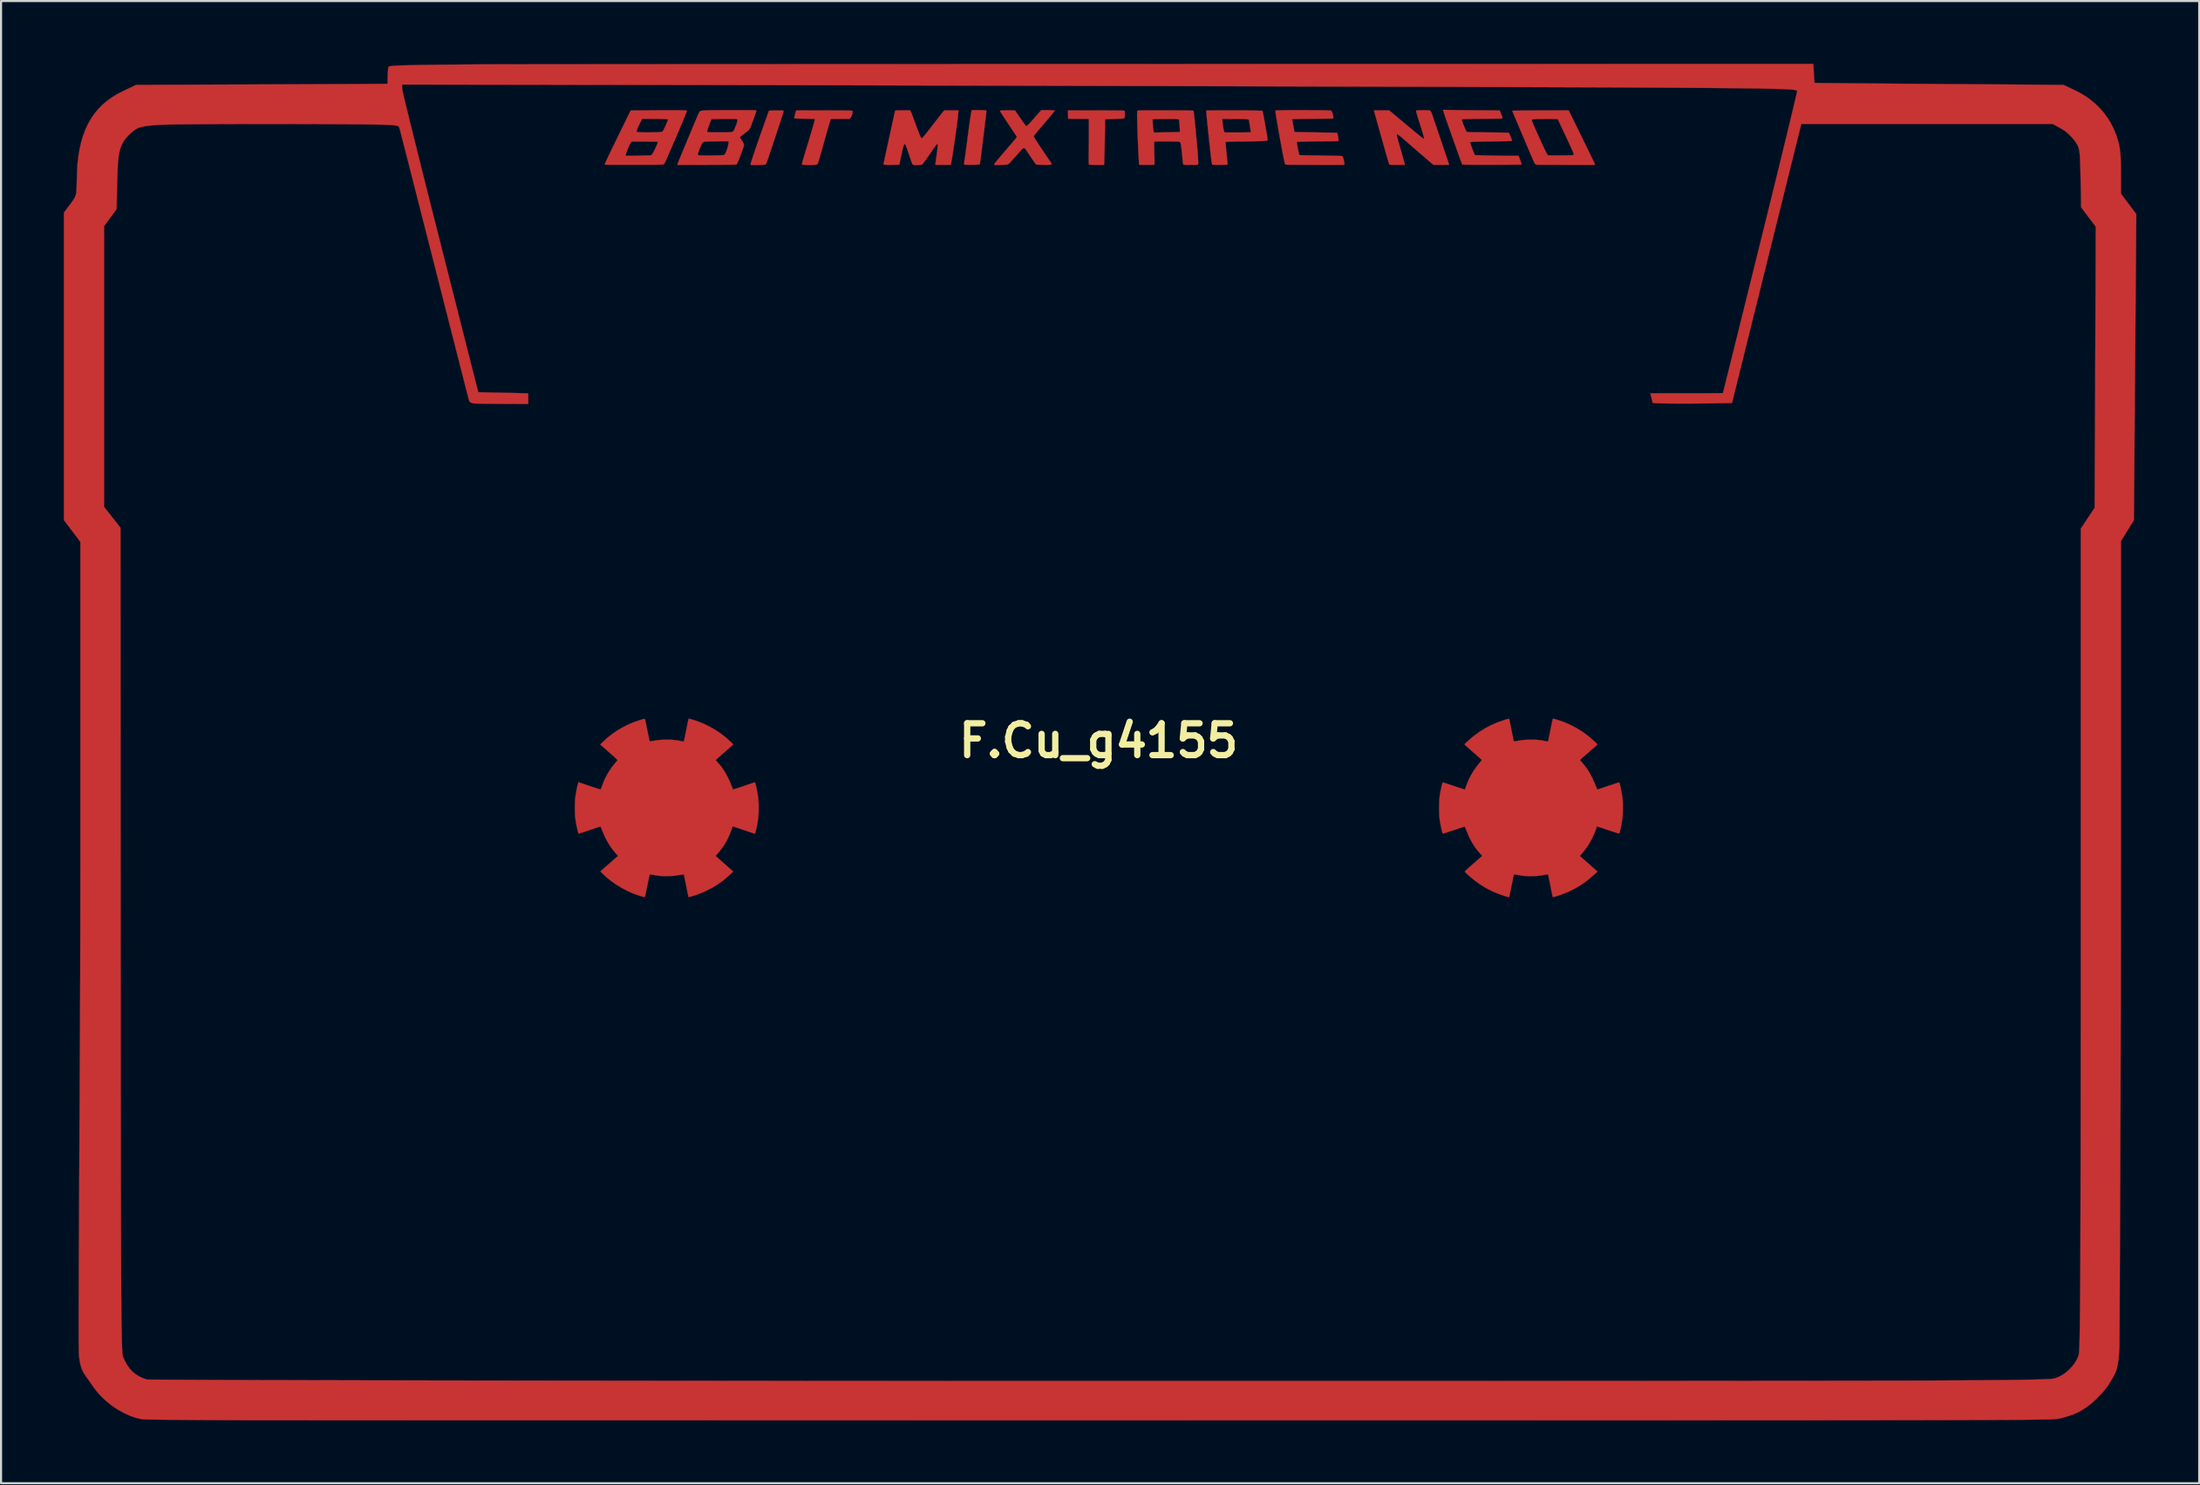
<source format=kicad_pcb>
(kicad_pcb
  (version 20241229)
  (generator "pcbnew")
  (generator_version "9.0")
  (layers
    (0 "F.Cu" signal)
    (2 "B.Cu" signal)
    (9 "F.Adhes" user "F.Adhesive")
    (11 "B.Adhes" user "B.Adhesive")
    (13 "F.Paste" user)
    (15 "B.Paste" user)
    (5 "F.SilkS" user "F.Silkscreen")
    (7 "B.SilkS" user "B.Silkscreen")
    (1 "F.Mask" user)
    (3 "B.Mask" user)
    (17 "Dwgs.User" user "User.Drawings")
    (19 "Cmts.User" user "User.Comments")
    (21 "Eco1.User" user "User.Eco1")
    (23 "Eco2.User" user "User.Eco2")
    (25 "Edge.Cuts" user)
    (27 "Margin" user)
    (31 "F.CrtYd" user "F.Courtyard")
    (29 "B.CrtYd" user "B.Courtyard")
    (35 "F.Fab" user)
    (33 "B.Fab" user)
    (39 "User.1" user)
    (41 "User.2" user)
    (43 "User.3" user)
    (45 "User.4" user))
  (footprint "F.Cu_g4155"
    (layer "F.Cu")
    (at 49.446 32.366)
    (property "Reference" "F.Cu_g4155" (at 0 0 0) (layer "F.SilkS") (effects (font (size 1.524 1.524) (thickness 0.3))))
    (attr through_hole)
    (fp_poly (pts (xy -15.35 -30.134) (xy -15.273 -30.133) (xy -15.201 -30.132) (xy -15.139 -30.13) (xy -15.091 -30.127) (xy -15.062 -30.124) (xy -15.055 -30.121) (xy -15.053 -30.105) (xy -15.058 -30.072) (xy -15.068 -30.028) (xy -15.069 -30.026) (xy -15.077 -29.996) (xy -15.093 -29.945) (xy -15.116 -29.875) (xy -15.144 -29.787) (xy -15.178 -29.685) (xy -15.216 -29.569) (xy -15.257 -29.443) (xy -15.302 -29.307) (xy -15.349 -29.165) (xy -15.398 -29.018) (xy -15.447 -28.869) (xy -15.497 -28.719) (xy -15.547 -28.571) (xy -15.595 -28.426) (xy -15.642 -28.287) (xy -15.686 -28.156) (xy -15.727 -28.035) (xy -15.764 -27.925) (xy -15.796 -27.83) (xy -15.824 -27.751) (xy -15.845 -27.69) (xy -15.859 -27.65) (xy -15.866 -27.633) (xy -15.887 -27.593) (xy -15.909 -27.561) (xy -15.923 -27.548) (xy -15.942 -27.544) (xy -15.983 -27.54) (xy -16.04 -27.536) (xy -16.11 -27.533) (xy -16.187 -27.53) (xy -16.268 -27.528) (xy -16.348 -27.527) (xy -16.423 -27.526) (xy -16.489 -27.527) (xy -16.54 -27.528) (xy -16.559 -27.529) (xy -16.627 -27.535) (xy -16.619 -27.595) (xy -16.612 -27.626) (xy -16.596 -27.68) (xy -16.573 -27.757) (xy -16.541 -27.855) (xy -16.502 -27.973) (xy -16.456 -28.111) (xy -16.403 -28.267) (xy -16.343 -28.441) (xy -16.277 -28.633) (xy -16.205 -28.84) (xy -16.126 -29.063) (xy -16.043 -29.3) (xy -16.036 -29.318) (xy -15.754 -30.118) (xy -15.665 -30.128) (xy -15.626 -30.131) (xy -15.57 -30.133) (xy -15.503 -30.134) (xy -15.428 -30.135) (xy -15.35 -30.134)) (stroke (width 0.01) (type solid)) (fill yes) (layer "F.Cu"))
    (fp_poly (pts (xy -5.793 -30.15) (xy -5.708 -30.149) (xy -5.624 -30.148) (xy -5.549 -30.146) (xy -5.488 -30.144) (xy -5.446 -30.142) (xy -5.443 -30.141) (xy -5.356 -30.133) (xy -5.364 -30.043) (xy -5.368 -30.01) (xy -5.374 -29.954) (xy -5.382 -29.881) (xy -5.393 -29.793) (xy -5.404 -29.694) (xy -5.417 -29.587) (xy -5.43 -29.483) (xy -5.465 -29.198) (xy -5.496 -28.939) (xy -5.525 -28.703) (xy -5.552 -28.491) (xy -5.575 -28.302) (xy -5.596 -28.135) (xy -5.615 -27.991) (xy -5.631 -27.868) (xy -5.644 -27.766) (xy -5.656 -27.685) (xy -5.665 -27.623) (xy -5.672 -27.581) (xy -5.676 -27.558) (xy -5.678 -27.553) (xy -5.693 -27.55) (xy -5.73 -27.547) (xy -5.784 -27.544) (xy -5.851 -27.542) (xy -5.928 -27.54) (xy -6.01 -27.538) (xy -6.094 -27.537) (xy -6.175 -27.537) (xy -6.249 -27.537) (xy -6.313 -27.538) (xy -6.362 -27.539) (xy -6.393 -27.542) (xy -6.398 -27.542) (xy -6.41 -27.546) (xy -6.419 -27.555) (xy -6.424 -27.571) (xy -6.425 -27.597) (xy -6.421 -27.637) (xy -6.414 -27.695) (xy -6.403 -27.772) (xy -6.395 -27.821) (xy -6.383 -27.898) (xy -6.37 -27.989) (xy -6.355 -28.094) (xy -6.339 -28.217) (xy -6.32 -28.358) (xy -6.298 -28.518) (xy -6.274 -28.7) (xy -6.248 -28.904) (xy -6.223 -29.096) (xy -6.205 -29.235) (xy -6.186 -29.372) (xy -6.167 -29.505) (xy -6.149 -29.632) (xy -6.132 -29.75) (xy -6.115 -29.855) (xy -6.101 -29.946) (xy -6.088 -30.021) (xy -6.078 -30.075) (xy -6.07 -30.107) (xy -6.069 -30.109) (xy -6.056 -30.15) (xy -5.793 -30.15)) (stroke (width 0.01) (type solid)) (fill yes) (layer "F.Cu"))
    (fp_poly (pts (xy -0.175 -30.136) (xy 0.005 -30.136) (xy 0.179 -30.135) (xy 0.345 -30.135) (xy 0.502 -30.134) (xy 0.646 -30.133) (xy 0.778 -30.132) (xy 0.894 -30.131) (xy 0.993 -30.13) (xy 1.073 -30.129) (xy 1.133 -30.128) (xy 1.17 -30.127) (xy 1.181 -30.126) (xy 1.251 -30.118) (xy 1.254 -29.964) (xy 1.256 -29.89) (xy 1.254 -29.835) (xy 1.245 -29.798) (xy 1.226 -29.773) (xy 1.193 -29.759) (xy 1.143 -29.75) (xy 1.072 -29.744) (xy 1.041 -29.742) (xy 0.974 -29.738) (xy 0.889 -29.733) (xy 0.792 -29.729) (xy 0.693 -29.725) (xy 0.597 -29.721) (xy 0.591 -29.721) (xy 0.311 -29.712) (xy 0.308 -29.477) (xy 0.307 -29.371) (xy 0.305 -29.251) (xy 0.303 -29.121) (xy 0.301 -28.984) (xy 0.298 -28.84) (xy 0.296 -28.694) (xy 0.293 -28.548) (xy 0.29 -28.405) (xy 0.287 -28.266) (xy 0.284 -28.135) (xy 0.281 -28.015) (xy 0.278 -27.907) (xy 0.276 -27.815) (xy 0.274 -27.741) (xy 0.272 -27.688) (xy 0.271 -27.664) (xy 0.263 -27.534) (xy -0.081 -27.535) (xy -0.173 -27.536) (xy -0.258 -27.537) (xy -0.331 -27.538) (xy -0.39 -27.539) (xy -0.431 -27.541) (xy -0.449 -27.543) (xy -0.449 -27.543) (xy -0.454 -27.544) (xy -0.457 -27.548) (xy -0.461 -27.556) (xy -0.463 -27.569) (xy -0.465 -27.589) (xy -0.467 -27.617) (xy -0.468 -27.656) (xy -0.469 -27.707) (xy -0.47 -27.771) (xy -0.47 -27.85) (xy -0.469 -27.946) (xy -0.469 -28.06) (xy -0.468 -28.194) (xy -0.466 -28.35) (xy -0.465 -28.529) (xy -0.464 -28.605) (xy -0.463 -28.767) (xy -0.462 -28.923) (xy -0.461 -29.069) (xy -0.461 -29.206) (xy -0.46 -29.329) (xy -0.46 -29.438) (xy -0.461 -29.53) (xy -0.461 -29.604) (xy -0.462 -29.658) (xy -0.463 -29.689) (xy -0.464 -29.696) (xy -0.473 -29.73) (xy -0.963 -29.734) (xy -1.454 -29.737) (xy -1.458 -29.937) (xy -1.461 -30.137) (xy -0.175 -30.136)) (stroke (width 0.01) (type solid)) (fill yes) (layer "F.Cu"))
    (fp_poly (pts (xy -13.184 -30.136) (xy -13.005 -30.135) (xy -12.832 -30.135) (xy -12.666 -30.134) (xy -12.511 -30.134) (xy -12.366 -30.133) (xy -12.236 -30.132) (xy -12.12 -30.131) (xy -12.021 -30.13) (xy -11.941 -30.129) (xy -11.882 -30.128) (xy -11.846 -30.127) (xy -11.836 -30.126) (xy -11.754 -30.118) (xy -11.755 -30.065) (xy -11.765 -29.98) (xy -11.789 -29.897) (xy -11.825 -29.824) (xy -11.852 -29.788) (xy -11.902 -29.731) (xy -12.35 -29.731) (xy -12.469 -29.731) (xy -12.565 -29.73) (xy -12.641 -29.73) (xy -12.698 -29.729) (xy -12.74 -29.727) (xy -12.77 -29.724) (xy -12.788 -29.721) (xy -12.799 -29.717) (xy -12.804 -29.712) (xy -12.805 -29.708) (xy -12.811 -29.689) (xy -12.822 -29.65) (xy -12.839 -29.596) (xy -12.859 -29.531) (xy -12.875 -29.477) (xy -12.891 -29.425) (xy -12.912 -29.351) (xy -12.938 -29.26) (xy -12.969 -29.153) (xy -13.003 -29.033) (xy -13.039 -28.905) (xy -13.077 -28.77) (xy -13.115 -28.633) (xy -13.138 -28.55) (xy -13.187 -28.373) (xy -13.23 -28.219) (xy -13.268 -28.086) (xy -13.3 -27.973) (xy -13.327 -27.878) (xy -13.35 -27.799) (xy -13.369 -27.735) (xy -13.386 -27.684) (xy -13.399 -27.645) (xy -13.41 -27.615) (xy -13.42 -27.593) (xy -13.428 -27.578) (xy -13.435 -27.568) (xy -13.437 -27.567) (xy -13.452 -27.556) (xy -13.475 -27.548) (xy -13.512 -27.541) (xy -13.567 -27.536) (xy -13.61 -27.533) (xy -13.738 -27.526) (xy -13.863 -27.524) (xy -13.979 -27.526) (xy -14.077 -27.532) (xy -14.08 -27.532) (xy -14.123 -27.538) (xy -14.155 -27.544) (xy -14.168 -27.549) (xy -14.171 -27.559) (xy -14.17 -27.577) (xy -14.165 -27.607) (xy -14.156 -27.65) (xy -14.14 -27.708) (xy -14.119 -27.783) (xy -14.092 -27.877) (xy -14.057 -27.992) (xy -14.025 -28.099) (xy -13.963 -28.304) (xy -13.903 -28.501) (xy -13.847 -28.688) (xy -13.795 -28.863) (xy -13.747 -29.026) (xy -13.703 -29.175) (xy -13.664 -29.309) (xy -13.63 -29.427) (xy -13.602 -29.527) (xy -13.58 -29.608) (xy -13.564 -29.669) (xy -13.555 -29.708) (xy -13.553 -29.724) (xy -13.553 -29.725) (xy -13.567 -29.726) (xy -13.602 -29.728) (xy -13.658 -29.73) (xy -13.731 -29.732) (xy -13.818 -29.735) (xy -13.916 -29.737) (xy -14.023 -29.74) (xy -14.043 -29.741) (xy -14.152 -29.743) (xy -14.252 -29.746) (xy -14.342 -29.749) (xy -14.418 -29.752) (xy -14.477 -29.755) (xy -14.518 -29.757) (xy -14.536 -29.759) (xy -14.536 -29.759) (xy -14.538 -29.777) (xy -14.534 -29.814) (xy -14.523 -29.867) (xy -14.507 -29.933) (xy -14.487 -30.007) (xy -14.481 -30.026) (xy -14.449 -30.137) (xy -13.184 -30.136)) (stroke (width 0.01) (type solid)) (fill yes) (layer "F.Cu"))
    (fp_poly (pts (xy 22.639 -29.786) (xy 22.783 -29.492) (xy 22.916 -29.221) (xy 23.038 -28.972) (xy 23.149 -28.745) (xy 23.25 -28.539) (xy 23.34 -28.354) (xy 23.42 -28.189) (xy 23.49 -28.044) (xy 23.551 -27.919) (xy 23.601 -27.813) (xy 23.643 -27.726) (xy 23.675 -27.658) (xy 23.698 -27.607) (xy 23.712 -27.575) (xy 23.717 -27.562) (xy 23.725 -27.534) (xy 22.362 -27.536) (xy 22.178 -27.536) (xy 22 -27.536) (xy 21.83 -27.537) (xy 21.671 -27.537) (xy 21.523 -27.538) (xy 21.389 -27.538) (xy 21.269 -27.539) (xy 21.167 -27.54) (xy 21.084 -27.54) (xy 21.02 -27.541) (xy 20.979 -27.542) (xy 20.961 -27.542) (xy 20.917 -27.549) (xy 20.887 -27.558) (xy 20.864 -27.576) (xy 20.843 -27.607) (xy 20.818 -27.656) (xy 20.817 -27.658) (xy 20.799 -27.696) (xy 20.773 -27.753) (xy 20.74 -27.826) (xy 20.704 -27.908) (xy 20.665 -27.998) (xy 20.628 -28.086) (xy 20.569 -28.224) (xy 20.508 -28.368) (xy 20.445 -28.518) (xy 20.38 -28.671) (xy 20.315 -28.824) (xy 20.25 -28.977) (xy 20.186 -29.127) (xy 20.125 -29.272) (xy 20.067 -29.409) (xy 20.012 -29.538) (xy 19.962 -29.656) (xy 19.953 -29.679) (xy 20.703 -29.679) (xy 20.704 -29.665) (xy 20.705 -29.655) (xy 20.714 -29.627) (xy 20.732 -29.579) (xy 20.759 -29.513) (xy 20.793 -29.432) (xy 20.833 -29.338) (xy 20.879 -29.233) (xy 20.928 -29.121) (xy 20.981 -29.003) (xy 21.035 -28.883) (xy 21.089 -28.762) (xy 21.144 -28.644) (xy 21.196 -28.531) (xy 21.246 -28.425) (xy 21.292 -28.329) (xy 21.332 -28.246) (xy 21.349 -28.213) (xy 21.458 -27.997) (xy 21.54 -27.989) (xy 21.572 -27.987) (xy 21.624 -27.986) (xy 21.694 -27.985) (xy 21.778 -27.984) (xy 21.873 -27.984) (xy 21.975 -27.985) (xy 22.081 -27.985) (xy 22.188 -27.986) (xy 22.292 -27.987) (xy 22.39 -27.989) (xy 22.479 -27.991) (xy 22.555 -27.992) (xy 22.616 -27.994) (xy 22.657 -27.997) (xy 22.674 -27.999) (xy 22.698 -28.007) (xy 22.706 -28.022) (xy 22.703 -28.05) (xy 22.698 -28.071) (xy 22.689 -28.101) (xy 22.674 -28.141) (xy 22.653 -28.193) (xy 22.625 -28.257) (xy 22.591 -28.335) (xy 22.548 -28.429) (xy 22.498 -28.539) (xy 22.438 -28.668) (xy 22.369 -28.817) (xy 22.289 -28.986) (xy 22.256 -29.056) (xy 21.948 -29.712) (xy 21.893 -29.722) (xy 21.868 -29.724) (xy 21.822 -29.726) (xy 21.755 -29.727) (xy 21.673 -29.728) (xy 21.577 -29.728) (xy 21.47 -29.728) (xy 21.356 -29.728) (xy 21.298 -29.727) (xy 21.158 -29.726) (xy 21.042 -29.725) (xy 20.947 -29.723) (xy 20.871 -29.721) (xy 20.812 -29.717) (xy 20.769 -29.713) (xy 20.738 -29.707) (xy 20.718 -29.7) (xy 20.707 -29.691) (xy 20.703 -29.679) (xy 19.953 -29.679) (xy 19.918 -29.761) (xy 19.88 -29.851) (xy 19.849 -29.923) (xy 19.827 -29.977) (xy 19.813 -30.01) (xy 19.811 -30.014) (xy 19.794 -30.06) (xy 19.782 -30.097) (xy 19.778 -30.118) (xy 19.779 -30.121) (xy 19.793 -30.123) (xy 19.831 -30.124) (xy 19.89 -30.125) (xy 19.97 -30.127) (xy 20.069 -30.128) (xy 20.184 -30.129) (xy 20.315 -30.13) (xy 20.46 -30.132) (xy 20.617 -30.133) (xy 20.784 -30.133) (xy 20.959 -30.134) (xy 21.127 -30.135) (xy 22.465 -30.139) (xy 22.639 -29.786)) (stroke (width 0.01) (type solid)) (fill yes) (layer "F.Cu"))
    (fp_poly (pts (xy 15.585 -30.144) (xy 15.66 -30.143) (xy 15.725 -30.141) (xy 15.777 -30.138) (xy 15.812 -30.134) (xy 15.815 -30.133) (xy 15.836 -30.127) (xy 15.855 -30.114) (xy 15.873 -30.094) (xy 15.892 -30.063) (xy 15.912 -30.018) (xy 15.936 -29.957) (xy 15.964 -29.877) (xy 15.996 -29.782) (xy 16.012 -29.733) (xy 16.035 -29.664) (xy 16.065 -29.575) (xy 16.101 -29.469) (xy 16.142 -29.349) (xy 16.186 -29.217) (xy 16.234 -29.076) (xy 16.285 -28.927) (xy 16.337 -28.774) (xy 16.39 -28.619) (xy 16.391 -28.615) (xy 16.442 -28.465) (xy 16.491 -28.32) (xy 16.538 -28.183) (xy 16.581 -28.056) (xy 16.62 -27.94) (xy 16.654 -27.838) (xy 16.683 -27.751) (xy 16.706 -27.682) (xy 16.722 -27.633) (xy 16.73 -27.605) (xy 16.731 -27.602) (xy 16.749 -27.534) (xy 16.003 -27.534) (xy 15.917 -27.607) (xy 15.884 -27.635) (xy 15.833 -27.678) (xy 15.766 -27.736) (xy 15.684 -27.807) (xy 15.587 -27.89) (xy 15.479 -27.984) (xy 15.359 -28.087) (xy 15.23 -28.199) (xy 15.092 -28.318) (xy 14.947 -28.444) (xy 14.796 -28.575) (xy 14.759 -28.607) (xy 14.649 -28.701) (xy 14.558 -28.78) (xy 14.482 -28.845) (xy 14.421 -28.896) (xy 14.372 -28.937) (xy 14.335 -28.966) (xy 14.307 -28.987) (xy 14.287 -28.999) (xy 14.274 -29.006) (xy 14.268 -29.007) (xy 14.257 -29.003) (xy 14.252 -28.989) (xy 14.252 -28.964) (xy 14.257 -28.925) (xy 14.268 -28.871) (xy 14.286 -28.799) (xy 14.311 -28.708) (xy 14.343 -28.595) (xy 14.359 -28.54) (xy 14.416 -28.342) (xy 14.466 -28.167) (xy 14.51 -28.013) (xy 14.547 -27.882) (xy 14.577 -27.774) (xy 14.599 -27.689) (xy 14.615 -27.628) (xy 14.623 -27.591) (xy 14.624 -27.588) (xy 14.633 -27.534) (xy 14.27 -27.534) (xy 14.164 -27.534) (xy 14.081 -27.534) (xy 14.017 -27.535) (xy 13.97 -27.537) (xy 13.938 -27.539) (xy 13.917 -27.542) (xy 13.904 -27.547) (xy 13.897 -27.553) (xy 13.896 -27.556) (xy 13.885 -27.582) (xy 13.868 -27.631) (xy 13.845 -27.703) (xy 13.817 -27.799) (xy 13.782 -27.919) (xy 13.74 -28.062) (xy 13.692 -28.23) (xy 13.667 -28.321) (xy 13.61 -28.523) (xy 13.555 -28.719) (xy 13.502 -28.908) (xy 13.451 -29.089) (xy 13.404 -29.258) (xy 13.36 -29.415) (xy 13.319 -29.559) (xy 13.284 -29.686) (xy 13.253 -29.797) (xy 13.227 -29.888) (xy 13.208 -29.959) (xy 13.194 -30.008) (xy 13.191 -30.02) (xy 13.159 -30.137) (xy 13.891 -30.137) (xy 14.41 -29.703) (xy 14.583 -29.558) (xy 14.737 -29.429) (xy 14.875 -29.314) (xy 14.995 -29.214) (xy 15.101 -29.126) (xy 15.192 -29.051) (xy 15.27 -28.986) (xy 15.336 -28.933) (xy 15.391 -28.889) (xy 15.436 -28.854) (xy 15.472 -28.827) (xy 15.5 -28.807) (xy 15.521 -28.793) (xy 15.536 -28.785) (xy 15.546 -28.782) (xy 15.552 -28.782) (xy 15.554 -28.783) (xy 15.557 -28.793) (xy 15.555 -28.814) (xy 15.548 -28.847) (xy 15.536 -28.895) (xy 15.519 -28.958) (xy 15.495 -29.039) (xy 15.466 -29.137) (xy 15.429 -29.256) (xy 15.386 -29.396) (xy 15.335 -29.558) (xy 15.333 -29.563) (xy 15.291 -29.699) (xy 15.255 -29.813) (xy 15.227 -29.906) (xy 15.205 -29.98) (xy 15.189 -30.037) (xy 15.179 -30.079) (xy 15.174 -30.107) (xy 15.173 -30.123) (xy 15.175 -30.128) (xy 15.192 -30.133) (xy 15.23 -30.136) (xy 15.284 -30.139) (xy 15.352 -30.142) (xy 15.427 -30.143) (xy 15.506 -30.144) (xy 15.585 -30.144)) (stroke (width 0.01) (type solid)) (fill yes) (layer "F.Cu"))
    (fp_poly (pts (xy 6.366 -30.137) (xy 6.519 -30.137) (xy 6.671 -30.136) (xy 6.818 -30.136) (xy 6.959 -30.135) (xy 7.091 -30.134) (xy 7.213 -30.134) (xy 7.323 -30.132) (xy 7.419 -30.131) (xy 7.497 -30.13) (xy 7.54 -30.129) (xy 7.835 -30.12) (xy 7.847 -30.062) (xy 7.86 -29.999) (xy 7.876 -29.919) (xy 7.894 -29.825) (xy 7.914 -29.72) (xy 7.934 -29.607) (xy 7.955 -29.491) (xy 7.976 -29.373) (xy 7.997 -29.257) (xy 8.016 -29.147) (xy 8.033 -29.045) (xy 8.048 -28.955) (xy 8.06 -28.881) (xy 8.069 -28.825) (xy 8.073 -28.79) (xy 8.073 -28.79) (xy 8.081 -28.706) (xy 8.038 -28.69) (xy 8.013 -28.685) (xy 7.965 -28.681) (xy 7.897 -28.676) (xy 7.811 -28.672) (xy 7.709 -28.668) (xy 7.594 -28.664) (xy 7.469 -28.661) (xy 7.335 -28.658) (xy 7.195 -28.655) (xy 7.053 -28.653) (xy 6.909 -28.652) (xy 6.825 -28.652) (xy 6.721 -28.651) (xy 6.61 -28.65) (xy 6.502 -28.648) (xy 6.401 -28.646) (xy 6.316 -28.644) (xy 6.281 -28.643) (xy 6.069 -28.634) (xy 6.077 -28.513) (xy 6.087 -28.38) (xy 6.099 -28.231) (xy 6.114 -28.076) (xy 6.129 -27.924) (xy 6.145 -27.785) (xy 6.148 -27.764) (xy 6.156 -27.694) (xy 6.162 -27.633) (xy 6.165 -27.585) (xy 6.166 -27.556) (xy 6.165 -27.548) (xy 6.151 -27.546) (xy 6.115 -27.543) (xy 6.059 -27.541) (xy 5.989 -27.539) (xy 5.906 -27.538) (xy 5.814 -27.536) (xy 5.796 -27.536) (xy 5.687 -27.535) (xy 5.6 -27.535) (xy 5.534 -27.536) (xy 5.487 -27.537) (xy 5.455 -27.54) (xy 5.437 -27.544) (xy 5.43 -27.549) (xy 5.429 -27.549) (xy 5.421 -27.579) (xy 5.412 -27.621) (xy 5.403 -27.678) (xy 5.392 -27.754) (xy 5.381 -27.849) (xy 5.367 -27.967) (xy 5.366 -27.978) (xy 5.354 -28.082) (xy 5.341 -28.202) (xy 5.327 -28.33) (xy 5.313 -28.457) (xy 5.3 -28.574) (xy 5.296 -28.607) (xy 5.283 -28.725) (xy 5.269 -28.852) (xy 5.255 -28.986) (xy 5.24 -29.124) (xy 5.226 -29.262) (xy 5.212 -29.399) (xy 5.198 -29.532) (xy 5.186 -29.658) (xy 5.179 -29.731) (xy 5.904 -29.731) (xy 5.911 -29.689) (xy 5.915 -29.659) (xy 5.921 -29.611) (xy 5.928 -29.554) (xy 5.931 -29.521) (xy 5.944 -29.419) (xy 5.958 -29.323) (xy 5.974 -29.239) (xy 5.99 -29.172) (xy 6.003 -29.132) (xy 6.023 -29.083) (xy 6.65 -29.083) (xy 6.773 -29.083) (xy 6.889 -29.084) (xy 6.994 -29.085) (xy 7.086 -29.086) (xy 7.162 -29.087) (xy 7.221 -29.089) (xy 7.26 -29.09) (xy 7.276 -29.092) (xy 7.277 -29.093) (xy 7.274 -29.118) (xy 7.269 -29.162) (xy 7.26 -29.221) (xy 7.25 -29.289) (xy 7.238 -29.364) (xy 7.226 -29.44) (xy 7.214 -29.513) (xy 7.203 -29.579) (xy 7.193 -29.634) (xy 7.185 -29.673) (xy 7.18 -29.692) (xy 7.18 -29.694) (xy 7.163 -29.702) (xy 7.131 -29.709) (xy 7.081 -29.716) (xy 7.014 -29.721) (xy 6.926 -29.724) (xy 6.818 -29.727) (xy 6.688 -29.729) (xy 6.535 -29.73) (xy 6.441 -29.73) (xy 5.904 -29.731) (xy 5.179 -29.731) (xy 5.174 -29.775) (xy 5.164 -29.88) (xy 5.156 -29.97) (xy 5.15 -30.043) (xy 5.145 -30.096) (xy 5.144 -30.126) (xy 5.144 -30.128) (xy 5.156 -30.129) (xy 5.192 -30.131) (xy 5.248 -30.132) (xy 5.324 -30.133) (xy 5.417 -30.134) (xy 5.525 -30.135) (xy 5.646 -30.135) (xy 5.777 -30.136) (xy 5.917 -30.136) (xy 6.063 -30.137) (xy 6.213 -30.137) (xy 6.366 -30.137)) (stroke (width 0.01) (type solid)) (fill yes) (layer "F.Cu"))
    (fp_poly (pts (xy -2.485 -30.149) (xy -2.401 -30.148) (xy -2.322 -30.146) (xy -2.253 -30.144) (xy -2.198 -30.142) (xy -2.162 -30.139) (xy -2.161 -30.139) (xy -2.093 -30.131) (xy -2.128 -30.08) (xy -2.144 -30.056) (xy -2.165 -30.029) (xy -2.19 -29.996) (xy -2.222 -29.956) (xy -2.263 -29.906) (xy -2.313 -29.847) (xy -2.374 -29.774) (xy -2.447 -29.688) (xy -2.535 -29.585) (xy -2.62 -29.486) (xy -2.735 -29.35) (xy -2.834 -29.233) (xy -2.917 -29.134) (xy -2.984 -29.052) (xy -3.035 -28.988) (xy -3.071 -28.941) (xy -3.092 -28.911) (xy -3.099 -28.896) (xy -3.092 -28.878) (xy -3.071 -28.84) (xy -3.037 -28.784) (xy -2.992 -28.712) (xy -2.936 -28.624) (xy -2.87 -28.522) (xy -2.795 -28.408) (xy -2.712 -28.283) (xy -2.621 -28.148) (xy -2.524 -28.006) (xy -2.422 -27.856) (xy -2.342 -27.74) (xy -2.305 -27.684) (xy -2.273 -27.634) (xy -2.249 -27.595) (xy -2.237 -27.571) (xy -2.235 -27.566) (xy -2.243 -27.556) (xy -2.266 -27.547) (xy -2.308 -27.541) (xy -2.368 -27.537) (xy -2.45 -27.535) (xy -2.553 -27.534) (xy -2.68 -27.536) (xy -2.681 -27.536) (xy -2.78 -27.537) (xy -2.856 -27.54) (xy -2.912 -27.543) (xy -2.951 -27.547) (xy -2.976 -27.551) (xy -2.989 -27.558) (xy -2.989 -27.558) (xy -3.001 -27.572) (xy -3.025 -27.604) (xy -3.058 -27.651) (xy -3.1 -27.71) (xy -3.147 -27.778) (xy -3.198 -27.852) (xy -3.25 -27.929) (xy -3.302 -28.005) (xy -3.351 -28.078) (xy -3.396 -28.144) (xy -3.433 -28.201) (xy -3.462 -28.246) (xy -3.463 -28.248) (xy -3.492 -28.291) (xy -3.516 -28.317) (xy -3.54 -28.33) (xy -3.57 -28.333) (xy -3.578 -28.334) (xy -3.59 -28.332) (xy -3.602 -28.328) (xy -3.618 -28.318) (xy -3.639 -28.3) (xy -3.665 -28.274) (xy -3.701 -28.237) (xy -3.746 -28.187) (xy -3.803 -28.123) (xy -3.874 -28.042) (xy -3.927 -27.982) (xy -3.999 -27.901) (xy -4.068 -27.824) (xy -4.131 -27.754) (xy -4.186 -27.694) (xy -4.23 -27.645) (xy -4.263 -27.612) (xy -4.28 -27.595) (xy -4.324 -27.569) (xy -4.377 -27.55) (xy -4.388 -27.548) (xy -4.421 -27.543) (xy -4.472 -27.539) (xy -4.537 -27.536) (xy -4.611 -27.532) (xy -4.689 -27.529) (xy -4.766 -27.527) (xy -4.837 -27.526) (xy -4.897 -27.526) (xy -4.94 -27.527) (xy -4.963 -27.529) (xy -4.985 -27.539) (xy -4.991 -27.549) (xy -4.988 -27.559) (xy -4.979 -27.576) (xy -4.962 -27.601) (xy -4.936 -27.635) (xy -4.9 -27.679) (xy -4.854 -27.736) (xy -4.796 -27.806) (xy -4.725 -27.89) (xy -4.64 -27.99) (xy -4.54 -28.108) (xy -4.477 -28.181) (xy -4.393 -28.279) (xy -4.312 -28.375) (xy -4.234 -28.465) (xy -4.163 -28.549) (xy -4.101 -28.622) (xy -4.048 -28.683) (xy -4.009 -28.73) (xy -3.984 -28.759) (xy -3.949 -28.802) (xy -3.922 -28.839) (xy -3.906 -28.865) (xy -3.904 -28.875) (xy -3.912 -28.888) (xy -3.933 -28.921) (xy -3.965 -28.97) (xy -4.007 -29.034) (xy -4.058 -29.111) (xy -4.116 -29.199) (xy -4.18 -29.296) (xy -4.249 -29.399) (xy -4.264 -29.422) (xy -4.357 -29.561) (xy -4.436 -29.681) (xy -4.504 -29.783) (xy -4.56 -29.868) (xy -4.605 -29.938) (xy -4.641 -29.994) (xy -4.668 -30.038) (xy -4.687 -30.07) (xy -4.699 -30.094) (xy -4.706 -30.109) (xy -4.708 -30.118) (xy -4.706 -30.121) (xy -4.688 -30.127) (xy -4.646 -30.132) (xy -4.585 -30.136) (xy -4.507 -30.139) (xy -4.415 -30.14) (xy -4.311 -30.14) (xy -4.237 -30.139) (xy -3.989 -30.134) (xy -3.922 -30.031) (xy -3.879 -29.966) (xy -3.828 -29.891) (xy -3.772 -29.811) (xy -3.715 -29.729) (xy -3.659 -29.65) (xy -3.608 -29.579) (xy -3.563 -29.518) (xy -3.529 -29.473) (xy -3.52 -29.462) (xy -3.489 -29.426) (xy -3.461 -29.4) (xy -3.441 -29.388) (xy -3.44 -29.388) (xy -3.426 -29.394) (xy -3.403 -29.412) (xy -3.369 -29.444) (xy -3.324 -29.49) (xy -3.267 -29.551) (xy -3.197 -29.629) (xy -3.112 -29.724) (xy -3.013 -29.837) (xy -2.981 -29.874) (xy -2.74 -30.15) (xy -2.485 -30.149)) (stroke (width 0.01) (type solid)) (fill yes) (layer "F.Cu"))
    (fp_poly (pts (xy 9.729 -30.15) (xy 9.883 -30.149) (xy 10.037 -30.148) (xy 10.188 -30.147) (xy 10.335 -30.146) (xy 10.476 -30.145) (xy 10.608 -30.143) (xy 10.729 -30.141) (xy 10.838 -30.139) (xy 10.931 -30.137) (xy 11.006 -30.135) (xy 11.063 -30.132) (xy 11.097 -30.129) (xy 11.108 -30.127) (xy 11.128 -30.108) (xy 11.15 -30.073) (xy 11.161 -30.05) (xy 11.174 -30.014) (xy 11.187 -29.966) (xy 11.2 -29.912) (xy 11.211 -29.858) (xy 11.218 -29.81) (xy 11.222 -29.775) (xy 11.22 -29.757) (xy 11.219 -29.757) (xy 11.215 -29.756) (xy 11.205 -29.754) (xy 11.188 -29.753) (xy 11.162 -29.751) (xy 11.125 -29.75) (xy 11.077 -29.748) (xy 11.016 -29.747) (xy 10.94 -29.746) (xy 10.849 -29.744) (xy 10.739 -29.742) (xy 10.611 -29.741) (xy 10.463 -29.739) (xy 10.292 -29.737) (xy 10.099 -29.734) (xy 9.999 -29.733) (xy 9.864 -29.731) (xy 9.737 -29.729) (xy 9.62 -29.727) (xy 9.515 -29.725) (xy 9.425 -29.723) (xy 9.351 -29.721) (xy 9.296 -29.719) (xy 9.262 -29.717) (xy 9.252 -29.716) (xy 9.252 -29.701) (xy 9.257 -29.666) (xy 9.265 -29.612) (xy 9.278 -29.544) (xy 9.293 -29.466) (xy 9.305 -29.405) (xy 9.367 -29.102) (xy 9.938 -29.093) (xy 10.079 -29.09) (xy 10.231 -29.088) (xy 10.388 -29.085) (xy 10.544 -29.082) (xy 10.693 -29.08) (xy 10.829 -29.078) (xy 10.947 -29.075) (xy 10.956 -29.075) (xy 11.402 -29.067) (xy 11.422 -28.996) (xy 11.432 -28.951) (xy 11.443 -28.892) (xy 11.453 -28.827) (xy 11.462 -28.764) (xy 11.467 -28.712) (xy 11.468 -28.686) (xy 11.467 -28.68) (xy 11.461 -28.675) (xy 11.448 -28.671) (xy 11.425 -28.668) (xy 11.389 -28.666) (xy 11.339 -28.665) (xy 11.27 -28.664) (xy 11.182 -28.663) (xy 11.084 -28.663) (xy 10.922 -28.662) (xy 10.759 -28.661) (xy 10.598 -28.66) (xy 10.44 -28.658) (xy 10.287 -28.656) (xy 10.142 -28.654) (xy 10.006 -28.651) (xy 9.881 -28.648) (xy 9.77 -28.645) (xy 9.674 -28.642) (xy 9.596 -28.639) (xy 9.537 -28.636) (xy 9.499 -28.632) (xy 9.485 -28.629) (xy 9.48 -28.614) (xy 9.48 -28.58) (xy 9.485 -28.526) (xy 9.492 -28.478) (xy 9.501 -28.423) (xy 9.514 -28.357) (xy 9.528 -28.285) (xy 9.544 -28.213) (xy 9.559 -28.144) (xy 9.574 -28.084) (xy 9.586 -28.037) (xy 9.596 -28.008) (xy 9.6 -28.001) (xy 9.613 -28) (xy 9.65 -27.998) (xy 9.709 -27.996) (xy 9.787 -27.994) (xy 9.883 -27.991) (xy 9.994 -27.989) (xy 10.119 -27.986) (xy 10.255 -27.984) (xy 10.401 -27.982) (xy 10.555 -27.979) (xy 10.579 -27.979) (xy 10.735 -27.977) (xy 10.885 -27.974) (xy 11.027 -27.972) (xy 11.158 -27.97) (xy 11.276 -27.967) (xy 11.379 -27.965) (xy 11.466 -27.963) (xy 11.534 -27.961) (xy 11.581 -27.96) (xy 11.604 -27.958) (xy 11.605 -27.958) (xy 11.643 -27.95) (xy 11.663 -27.935) (xy 11.673 -27.917) (xy 11.688 -27.872) (xy 11.704 -27.813) (xy 11.72 -27.748) (xy 11.733 -27.685) (xy 11.743 -27.63) (xy 11.747 -27.591) (xy 11.747 -27.588) (xy 11.748 -27.534) (xy 10.404 -27.536) (xy 10.221 -27.536) (xy 10.043 -27.537) (xy 9.873 -27.537) (xy 9.713 -27.538) (xy 9.564 -27.538) (xy 9.429 -27.539) (xy 9.309 -27.54) (xy 9.206 -27.54) (xy 9.121 -27.541) (xy 9.056 -27.542) (xy 9.014 -27.542) (xy 8.996 -27.543) (xy 8.956 -27.548) (xy 8.926 -27.557) (xy 8.918 -27.563) (xy 8.911 -27.577) (xy 8.901 -27.606) (xy 8.89 -27.65) (xy 8.876 -27.71) (xy 8.859 -27.788) (xy 8.84 -27.884) (xy 8.817 -27.999) (xy 8.791 -28.134) (xy 8.762 -28.29) (xy 8.73 -28.468) (xy 8.693 -28.67) (xy 8.652 -28.895) (xy 8.649 -28.912) (xy 8.613 -29.114) (xy 8.582 -29.293) (xy 8.554 -29.449) (xy 8.531 -29.585) (xy 8.511 -29.701) (xy 8.494 -29.798) (xy 8.482 -29.879) (xy 8.472 -29.945) (xy 8.465 -29.996) (xy 8.46 -30.034) (xy 8.458 -30.062) (xy 8.458 -30.069) (xy 8.458 -30.134) (xy 8.833 -30.144) (xy 8.926 -30.145) (xy 9.035 -30.147) (xy 9.156 -30.148) (xy 9.289 -30.149) (xy 9.43 -30.15) (xy 9.577 -30.15) (xy 9.729 -30.15)) (stroke (width 0.01) (type solid)) (fill yes) (layer "F.Cu"))
    (fp_poly (pts (xy -20.33 -30.145) (xy -20.208 -30.145) (xy -20.103 -30.144) (xy -20.017 -30.143) (xy -19.954 -30.142) (xy -19.933 -30.141) (xy -19.846 -30.139) (xy -19.78 -30.136) (xy -19.733 -30.133) (xy -19.703 -30.13) (xy -19.684 -30.125) (xy -19.675 -30.12) (xy -19.672 -30.112) (xy -19.672 -30.109) (xy -19.677 -30.089) (xy -19.692 -30.048) (xy -19.717 -29.985) (xy -19.75 -29.902) (xy -19.792 -29.799) (xy -19.842 -29.678) (xy -19.9 -29.539) (xy -19.966 -29.384) (xy -20.038 -29.214) (xy -20.117 -29.028) (xy -20.203 -28.829) (xy -20.294 -28.618) (xy -20.39 -28.394) (xy -20.469 -28.213) (xy -20.528 -28.077) (xy -20.578 -27.962) (xy -20.62 -27.867) (xy -20.655 -27.789) (xy -20.684 -27.726) (xy -20.707 -27.677) (xy -20.726 -27.64) (xy -20.741 -27.612) (xy -20.754 -27.592) (xy -20.766 -27.577) (xy -20.777 -27.566) (xy -20.777 -27.565) (xy -20.782 -27.561) (xy -20.788 -27.558) (xy -20.797 -27.555) (xy -20.81 -27.552) (xy -20.829 -27.549) (xy -20.855 -27.547) (xy -20.889 -27.546) (xy -20.934 -27.544) (xy -20.99 -27.543) (xy -21.059 -27.542) (xy -21.142 -27.541) (xy -21.241 -27.54) (xy -21.358 -27.54) (xy -21.493 -27.54) (xy -21.649 -27.539) (xy -21.826 -27.539) (xy -22.026 -27.539) (xy -22.147 -27.539) (xy -22.331 -27.539) (xy -22.508 -27.539) (xy -22.677 -27.539) (xy -22.836 -27.539) (xy -22.983 -27.539) (xy -23.117 -27.539) (xy -23.236 -27.54) (xy -23.339 -27.54) (xy -23.422 -27.541) (xy -23.485 -27.541) (xy -23.526 -27.542) (xy -23.543 -27.543) (xy -23.576 -27.548) (xy -23.595 -27.556) (xy -23.597 -27.56) (xy -23.594 -27.572) (xy -23.584 -27.596) (xy -23.568 -27.634) (xy -23.544 -27.686) (xy -23.514 -27.753) (xy -23.475 -27.835) (xy -23.429 -27.933) (xy -23.391 -28.012) (xy -22.593 -28.012) (xy -22.593 -27.965) (xy -22.374 -27.966) (xy -22.302 -27.966) (xy -22.211 -27.968) (xy -22.106 -27.969) (xy -21.993 -27.972) (xy -21.878 -27.975) (xy -21.768 -27.978) (xy -21.768 -27.978) (xy -21.38 -27.989) (xy -21.338 -28.038) (xy -21.314 -28.07) (xy -21.284 -28.119) (xy -21.251 -28.179) (xy -21.217 -28.247) (xy -21.181 -28.319) (xy -21.148 -28.392) (xy -21.117 -28.462) (xy -21.092 -28.526) (xy -21.073 -28.578) (xy -21.063 -28.616) (xy -21.063 -28.636) (xy -21.063 -28.637) (xy -21.077 -28.638) (xy -21.114 -28.64) (xy -21.171 -28.641) (xy -21.247 -28.642) (xy -21.338 -28.643) (xy -21.441 -28.644) (xy -21.556 -28.645) (xy -21.678 -28.645) (xy -21.694 -28.645) (xy -22.316 -28.645) (xy -22.342 -28.613) (xy -22.364 -28.58) (xy -22.392 -28.529) (xy -22.423 -28.465) (xy -22.457 -28.391) (xy -22.49 -28.313) (xy -22.522 -28.235) (xy -22.55 -28.161) (xy -22.573 -28.097) (xy -22.588 -28.046) (xy -22.593 -28.013) (xy -22.593 -28.012) (xy -23.391 -28.012) (xy -23.374 -28.048) (xy -23.31 -28.181) (xy -23.237 -28.332) (xy -23.155 -28.502) (xy -23.062 -28.692) (xy -22.96 -28.902) (xy -22.847 -29.133) (xy -22.846 -29.135) (xy -22.078 -29.135) (xy -22.074 -29.118) (xy -22.054 -29.109) (xy -22.017 -29.1) (xy -21.974 -29.095) (xy -21.921 -29.091) (xy -21.848 -29.089) (xy -21.758 -29.087) (xy -21.657 -29.086) (xy -21.55 -29.086) (xy -21.44 -29.086) (xy -21.333 -29.087) (xy -21.233 -29.089) (xy -21.145 -29.091) (xy -21.074 -29.095) (xy -21.069 -29.095) (xy -21 -29.1) (xy -20.938 -29.106) (xy -20.889 -29.113) (xy -20.857 -29.119) (xy -20.851 -29.122) (xy -20.834 -29.134) (xy -20.814 -29.159) (xy -20.79 -29.2) (xy -20.76 -29.259) (xy -20.74 -29.3) (xy -20.708 -29.368) (xy -20.676 -29.44) (xy -20.646 -29.511) (xy -20.619 -29.577) (xy -20.596 -29.633) (xy -20.581 -29.676) (xy -20.574 -29.701) (xy -20.574 -29.703) (xy -20.584 -29.709) (xy -20.615 -29.714) (xy -20.667 -29.719) (xy -20.741 -29.723) (xy -20.837 -29.726) (xy -20.957 -29.729) (xy -21.1 -29.731) (xy -21.268 -29.733) (xy -21.33 -29.733) (xy -21.812 -29.736) (xy -21.903 -29.553) (xy -21.964 -29.426) (xy -22.013 -29.321) (xy -22.048 -29.238) (xy -22.069 -29.176) (xy -22.078 -29.135) (xy -22.846 -29.135) (xy -22.724 -29.386) (xy -22.682 -29.471) (xy -22.359 -30.133) (xy -21.276 -30.141) (xy -21.106 -30.143) (xy -20.937 -30.144) (xy -20.772 -30.144) (xy -20.614 -30.145) (xy -20.466 -30.145) (xy -20.33 -30.145)) (stroke (width 0.01) (type solid)) (fill yes) (layer "F.Cu"))
    (fp_poly (pts (xy -6.698 -30.083) (xy -6.702 -30.043) (xy -6.708 -29.988) (xy -6.712 -29.934) (xy -6.718 -29.869) (xy -6.728 -29.784) (xy -6.74 -29.679) (xy -6.755 -29.559) (xy -6.773 -29.425) (xy -6.792 -29.28) (xy -6.813 -29.127) (xy -6.835 -28.968) (xy -6.858 -28.807) (xy -6.881 -28.645) (xy -6.905 -28.485) (xy -6.928 -28.331) (xy -6.95 -28.184) (xy -6.971 -28.047) (xy -6.99 -27.923) (xy -7.008 -27.814) (xy -7.024 -27.724) (xy -7.037 -27.654) (xy -7.044 -27.619) (xy -7.063 -27.534) (xy -7.431 -27.534) (xy -7.537 -27.534) (xy -7.621 -27.534) (xy -7.684 -27.535) (xy -7.731 -27.536) (xy -7.763 -27.539) (xy -7.783 -27.542) (xy -7.793 -27.546) (xy -7.797 -27.552) (xy -7.798 -27.556) (xy -7.796 -27.573) (xy -7.791 -27.613) (xy -7.783 -27.671) (xy -7.773 -27.745) (xy -7.762 -27.831) (xy -7.748 -27.927) (xy -7.74 -27.983) (xy -7.726 -28.086) (xy -7.713 -28.183) (xy -7.703 -28.271) (xy -7.694 -28.348) (xy -7.689 -28.408) (xy -7.686 -28.449) (xy -7.686 -28.46) (xy -7.689 -28.493) (xy -7.693 -28.516) (xy -7.701 -28.529) (xy -7.713 -28.529) (xy -7.732 -28.516) (xy -7.757 -28.488) (xy -7.792 -28.444) (xy -7.836 -28.383) (xy -7.892 -28.303) (xy -7.96 -28.204) (xy -7.966 -28.195) (xy -8.058 -28.062) (xy -8.137 -27.947) (xy -8.204 -27.851) (xy -8.26 -27.771) (xy -8.306 -27.707) (xy -8.343 -27.655) (xy -8.373 -27.616) (xy -8.397 -27.587) (xy -8.415 -27.566) (xy -8.43 -27.554) (xy -8.44 -27.547) (xy -8.465 -27.541) (xy -8.508 -27.535) (xy -8.564 -27.529) (xy -8.626 -27.525) (xy -8.688 -27.522) (xy -8.743 -27.522) (xy -8.785 -27.523) (xy -8.807 -27.526) (xy -8.829 -27.533) (xy -8.853 -27.539) (xy -8.884 -27.556) (xy -8.902 -27.581) (xy -8.91 -27.601) (xy -8.925 -27.643) (xy -8.946 -27.702) (xy -8.971 -27.775) (xy -9 -27.86) (xy -9.032 -27.953) (xy -9.049 -28.003) (xy -9.091 -28.127) (xy -9.126 -28.229) (xy -9.155 -28.311) (xy -9.178 -28.376) (xy -9.197 -28.425) (xy -9.212 -28.462) (xy -9.225 -28.489) (xy -9.236 -28.507) (xy -9.246 -28.519) (xy -9.251 -28.524) (xy -9.27 -28.535) (xy -9.282 -28.528) (xy -9.285 -28.523) (xy -9.3 -28.49) (xy -9.32 -28.431) (xy -9.343 -28.348) (xy -9.37 -28.24) (xy -9.4 -28.109) (xy -9.434 -27.953) (xy -9.44 -27.921) (xy -9.521 -27.54) (xy -9.831 -27.536) (xy -9.921 -27.535) (xy -10.007 -27.535) (xy -10.084 -27.536) (xy -10.148 -27.537) (xy -10.193 -27.539) (xy -10.209 -27.54) (xy -10.277 -27.549) (xy -10.27 -27.595) (xy -10.267 -27.614) (xy -10.258 -27.656) (xy -10.245 -27.719) (xy -10.227 -27.802) (xy -10.206 -27.902) (xy -10.181 -28.017) (xy -10.153 -28.146) (xy -10.122 -28.287) (xy -10.09 -28.437) (xy -10.055 -28.596) (xy -10.022 -28.746) (xy -9.976 -28.958) (xy -9.935 -29.146) (xy -9.899 -29.311) (xy -9.867 -29.457) (xy -9.839 -29.583) (xy -9.816 -29.691) (xy -9.795 -29.783) (xy -9.779 -29.86) (xy -9.765 -29.924) (xy -9.753 -29.975) (xy -9.744 -30.016) (xy -9.737 -30.047) (xy -9.732 -30.07) (xy -9.728 -30.087) (xy -9.725 -30.099) (xy -9.723 -30.107) (xy -9.721 -30.113) (xy -9.721 -30.115) (xy -9.717 -30.121) (xy -9.709 -30.127) (xy -9.693 -30.13) (xy -9.667 -30.133) (xy -9.627 -30.135) (xy -9.572 -30.136) (xy -9.499 -30.137) (xy -9.403 -30.137) (xy -9.359 -30.137) (xy -9.004 -30.137) (xy -8.98 -30.098) (xy -8.969 -30.075) (xy -8.951 -30.032) (xy -8.927 -29.973) (xy -8.9 -29.904) (xy -8.871 -29.827) (xy -8.865 -29.81) (xy -8.799 -29.632) (xy -8.742 -29.476) (xy -8.692 -29.342) (xy -8.648 -29.227) (xy -8.612 -29.13) (xy -8.58 -29.049) (xy -8.554 -28.983) (xy -8.533 -28.93) (xy -8.515 -28.889) (xy -8.5 -28.859) (xy -8.488 -28.837) (xy -8.477 -28.823) (xy -8.469 -28.815) (xy -8.46 -28.811) (xy -8.452 -28.81) (xy -8.452 -28.81) (xy -8.437 -28.816) (xy -8.413 -28.835) (xy -8.38 -28.868) (xy -8.337 -28.916) (xy -8.284 -28.98) (xy -8.218 -29.061) (xy -8.139 -29.161) (xy -8.05 -29.276) (xy -7.937 -29.421) (xy -7.839 -29.548) (xy -7.754 -29.658) (xy -7.682 -29.751) (xy -7.621 -29.83) (xy -7.57 -29.895) (xy -7.528 -29.949) (xy -7.494 -29.992) (xy -7.468 -30.025) (xy -7.447 -30.051) (xy -7.431 -30.071) (xy -7.418 -30.085) (xy -7.409 -30.095) (xy -7.369 -30.137) (xy -7.03 -30.137) (xy -6.691 -30.137) (xy -6.698 -30.083)) (stroke (width 0.01) (type solid)) (fill yes) (layer "F.Cu"))
    (fp_poly (pts (xy 16.768 -30.158) (xy 16.83 -30.157) (xy 16.915 -30.155) (xy 17.019 -30.154) (xy 17.141 -30.152) (xy 17.278 -30.15) (xy 17.427 -30.148) (xy 17.585 -30.147) (xy 17.75 -30.145) (xy 17.918 -30.143) (xy 18.088 -30.142) (xy 18.123 -30.142) (xy 19.172 -30.133) (xy 19.238 -29.967) (xy 19.263 -29.905) (xy 19.283 -29.85) (xy 19.297 -29.808) (xy 19.304 -29.782) (xy 19.305 -29.779) (xy 19.293 -29.759) (xy 19.275 -29.751) (xy 19.258 -29.75) (xy 19.217 -29.748) (xy 19.156 -29.747) (xy 19.076 -29.745) (xy 18.979 -29.744) (xy 18.869 -29.742) (xy 18.746 -29.741) (xy 18.615 -29.739) (xy 18.475 -29.738) (xy 18.459 -29.738) (xy 18.263 -29.736) (xy 18.09 -29.734) (xy 17.939 -29.732) (xy 17.81 -29.73) (xy 17.7 -29.728) (xy 17.608 -29.725) (xy 17.533 -29.723) (xy 17.473 -29.72) (xy 17.426 -29.716) (xy 17.392 -29.713) (xy 17.369 -29.708) (xy 17.355 -29.704) (xy 17.349 -29.698) (xy 17.348 -29.696) (xy 17.353 -29.676) (xy 17.366 -29.638) (xy 17.385 -29.585) (xy 17.409 -29.522) (xy 17.436 -29.454) (xy 17.464 -29.384) (xy 17.492 -29.317) (xy 17.518 -29.258) (xy 17.539 -29.211) (xy 17.546 -29.196) (xy 17.569 -29.152) (xy 17.586 -29.126) (xy 17.604 -29.112) (xy 17.629 -29.105) (xy 17.643 -29.102) (xy 17.664 -29.101) (xy 17.709 -29.099) (xy 17.775 -29.097) (xy 17.86 -29.095) (xy 17.961 -29.093) (xy 18.078 -29.091) (xy 18.207 -29.09) (xy 18.347 -29.088) (xy 18.495 -29.086) (xy 18.646 -29.085) (xy 18.839 -29.083) (xy 19.012 -29.081) (xy 19.164 -29.079) (xy 19.295 -29.077) (xy 19.404 -29.074) (xy 19.491 -29.072) (xy 19.554 -29.069) (xy 19.593 -29.067) (xy 19.607 -29.064) (xy 19.617 -29.047) (xy 19.633 -29.013) (xy 19.654 -28.965) (xy 19.678 -28.91) (xy 19.702 -28.852) (xy 19.724 -28.798) (xy 19.742 -28.752) (xy 19.753 -28.719) (xy 19.755 -28.713) (xy 19.763 -28.679) (xy 19.67 -28.672) (xy 19.642 -28.67) (xy 19.59 -28.669) (xy 19.518 -28.667) (xy 19.427 -28.665) (xy 19.321 -28.663) (xy 19.201 -28.661) (xy 19.069 -28.658) (xy 18.929 -28.656) (xy 18.782 -28.654) (xy 18.707 -28.653) (xy 18.528 -28.65) (xy 18.373 -28.648) (xy 18.24 -28.646) (xy 18.127 -28.643) (xy 18.033 -28.641) (xy 17.956 -28.638) (xy 17.895 -28.635) (xy 17.847 -28.631) (xy 17.811 -28.627) (xy 17.786 -28.622) (xy 17.769 -28.616) (xy 17.759 -28.609) (xy 17.755 -28.601) (xy 17.755 -28.596) (xy 17.759 -28.58) (xy 17.771 -28.544) (xy 17.789 -28.492) (xy 17.812 -28.43) (xy 17.838 -28.36) (xy 17.866 -28.286) (xy 17.894 -28.214) (xy 17.92 -28.146) (xy 17.943 -28.087) (xy 17.962 -28.04) (xy 17.975 -28.011) (xy 17.979 -28.002) (xy 17.993 -28) (xy 18.031 -27.998) (xy 18.088 -27.996) (xy 18.165 -27.993) (xy 18.257 -27.99) (xy 18.363 -27.988) (xy 18.48 -27.985) (xy 18.606 -27.982) (xy 18.739 -27.979) (xy 18.876 -27.976) (xy 19.015 -27.974) (xy 19.153 -27.972) (xy 19.289 -27.97) (xy 19.419 -27.968) (xy 19.542 -27.967) (xy 19.655 -27.966) (xy 19.756 -27.965) (xy 19.788 -27.965) (xy 20.075 -27.965) (xy 20.132 -27.81) (xy 20.164 -27.725) (xy 20.187 -27.661) (xy 20.202 -27.614) (xy 20.211 -27.582) (xy 20.215 -27.563) (xy 20.214 -27.552) (xy 20.212 -27.549) (xy 20.199 -27.547) (xy 20.162 -27.546) (xy 20.103 -27.545) (xy 20.025 -27.544) (xy 19.93 -27.543) (xy 19.819 -27.542) (xy 19.695 -27.542) (xy 19.56 -27.541) (xy 19.415 -27.54) (xy 19.263 -27.54) (xy 19.105 -27.539) (xy 18.945 -27.539) (xy 18.782 -27.539) (xy 18.62 -27.539) (xy 18.461 -27.539) (xy 18.307 -27.539) (xy 18.159 -27.539) (xy 18.02 -27.539) (xy 17.891 -27.54) (xy 17.775 -27.54) (xy 17.674 -27.541) (xy 17.589 -27.542) (xy 17.523 -27.543) (xy 17.478 -27.544) (xy 17.456 -27.545) (xy 17.38 -27.553) (xy 17.339 -27.656) (xy 17.328 -27.683) (xy 17.31 -27.733) (xy 17.285 -27.802) (xy 17.254 -27.888) (xy 17.217 -27.99) (xy 17.176 -28.106) (xy 17.131 -28.232) (xy 17.082 -28.368) (xy 17.031 -28.511) (xy 16.979 -28.658) (xy 16.926 -28.809) (xy 16.872 -28.959) (xy 16.819 -29.109) (xy 16.768 -29.255) (xy 16.718 -29.395) (xy 16.672 -29.527) (xy 16.629 -29.649) (xy 16.59 -29.759) (xy 16.579 -29.792) (xy 16.551 -29.873) (xy 16.525 -29.95) (xy 16.503 -30.017) (xy 16.485 -30.07) (xy 16.475 -30.106) (xy 16.473 -30.114) (xy 16.461 -30.166) (xy 16.768 -30.158)) (stroke (width 0.01) (type solid)) (fill yes) (layer "F.Cu"))
    (fp_poly (pts (xy 3.042 -30.139) (xy 3.201 -30.139) (xy 3.359 -30.138) (xy 3.516 -30.138) (xy 3.669 -30.137) (xy 3.816 -30.136) (xy 3.955 -30.135) (xy 4.083 -30.134) (xy 4.2 -30.132) (xy 4.303 -30.131) (xy 4.389 -30.129) (xy 4.458 -30.128) (xy 4.505 -30.126) (xy 4.531 -30.124) (xy 4.535 -30.123) (xy 4.54 -30.105) (xy 4.546 -30.063) (xy 4.554 -30.001) (xy 4.564 -29.92) (xy 4.575 -29.822) (xy 4.587 -29.71) (xy 4.6 -29.586) (xy 4.614 -29.451) (xy 4.628 -29.309) (xy 4.643 -29.16) (xy 4.657 -29.009) (xy 4.671 -28.856) (xy 4.685 -28.703) (xy 4.698 -28.554) (xy 4.711 -28.409) (xy 4.723 -28.272) (xy 4.733 -28.145) (xy 4.742 -28.029) (xy 4.749 -27.927) (xy 4.755 -27.84) (xy 4.758 -27.772) (xy 4.759 -27.763) (xy 4.762 -27.689) (xy 4.763 -27.635) (xy 4.762 -27.599) (xy 4.759 -27.575) (xy 4.754 -27.561) (xy 4.745 -27.553) (xy 4.743 -27.551) (xy 4.73 -27.545) (xy 4.705 -27.541) (xy 4.666 -27.538) (xy 4.611 -27.535) (xy 4.537 -27.534) (xy 4.44 -27.534) (xy 4.404 -27.534) (xy 4.311 -27.534) (xy 4.228 -27.535) (xy 4.159 -27.538) (xy 4.106 -27.54) (xy 4.073 -27.544) (xy 4.065 -27.546) (xy 4.057 -27.551) (xy 4.051 -27.558) (xy 4.045 -27.569) (xy 4.04 -27.588) (xy 4.035 -27.617) (xy 4.029 -27.658) (xy 4.023 -27.714) (xy 4.015 -27.787) (xy 4.006 -27.881) (xy 3.995 -27.997) (xy 3.994 -28.005) (xy 3.98 -28.15) (xy 3.967 -28.27) (xy 3.955 -28.37) (xy 3.945 -28.449) (xy 3.935 -28.511) (xy 3.925 -28.556) (xy 3.916 -28.588) (xy 3.907 -28.605) (xy 3.887 -28.626) (xy 3.854 -28.638) (xy 3.82 -28.644) (xy 3.791 -28.646) (xy 3.741 -28.648) (xy 3.675 -28.649) (xy 3.594 -28.651) (xy 3.502 -28.652) (xy 3.403 -28.653) (xy 3.299 -28.654) (xy 3.193 -28.654) (xy 3.088 -28.654) (xy 2.988 -28.654) (xy 2.896 -28.653) (xy 2.815 -28.653) (xy 2.747 -28.652) (xy 2.697 -28.65) (xy 2.666 -28.648) (xy 2.659 -28.647) (xy 2.657 -28.633) (xy 2.656 -28.596) (xy 2.656 -28.539) (xy 2.656 -28.465) (xy 2.658 -28.376) (xy 2.66 -28.276) (xy 2.662 -28.167) (xy 2.663 -28.127) (xy 2.666 -28.014) (xy 2.669 -27.907) (xy 2.67 -27.811) (xy 2.672 -27.726) (xy 2.672 -27.658) (xy 2.672 -27.608) (xy 2.671 -27.579) (xy 2.671 -27.575) (xy 2.664 -27.534) (xy 1.944 -27.534) (xy 1.938 -27.575) (xy 1.934 -27.61) (xy 1.929 -27.669) (xy 1.924 -27.748) (xy 1.918 -27.846) (xy 1.913 -27.959) (xy 1.906 -28.086) (xy 1.9 -28.224) (xy 1.893 -28.371) (xy 1.887 -28.524) (xy 1.881 -28.681) (xy 1.874 -28.84) (xy 1.868 -28.998) (xy 1.863 -29.153) (xy 1.858 -29.302) (xy 1.854 -29.443) (xy 1.85 -29.575) (xy 1.847 -29.693) (xy 1.847 -29.698) (xy 2.58 -29.698) (xy 2.581 -29.664) (xy 2.583 -29.613) (xy 2.587 -29.551) (xy 2.592 -29.483) (xy 2.597 -29.413) (xy 2.603 -29.346) (xy 2.609 -29.286) (xy 2.614 -29.238) (xy 2.617 -29.213) (xy 2.628 -29.15) (xy 2.639 -29.109) (xy 2.652 -29.085) (xy 2.669 -29.075) (xy 2.692 -29.075) (xy 2.695 -29.076) (xy 2.717 -29.077) (xy 2.761 -29.079) (xy 2.824 -29.081) (xy 2.904 -29.083) (xy 2.998 -29.085) (xy 3.101 -29.087) (xy 3.213 -29.089) (xy 3.245 -29.089) (xy 3.359 -29.091) (xy 3.468 -29.093) (xy 3.568 -29.095) (xy 3.656 -29.097) (xy 3.729 -29.1) (xy 3.784 -29.102) (xy 3.817 -29.104) (xy 3.821 -29.104) (xy 3.89 -29.112) (xy 3.881 -29.272) (xy 3.877 -29.351) (xy 3.871 -29.432) (xy 3.864 -29.511) (xy 3.857 -29.581) (xy 3.85 -29.64) (xy 3.844 -29.681) (xy 3.841 -29.695) (xy 3.834 -29.704) (xy 3.818 -29.71) (xy 3.788 -29.716) (xy 3.741 -29.72) (xy 3.673 -29.725) (xy 3.634 -29.726) (xy 3.576 -29.727) (xy 3.503 -29.728) (xy 3.417 -29.728) (xy 3.323 -29.727) (xy 3.222 -29.727) (xy 3.119 -29.726) (xy 3.017 -29.724) (xy 2.918 -29.723) (xy 2.826 -29.721) (xy 2.744 -29.72) (xy 2.675 -29.718) (xy 2.623 -29.716) (xy 2.59 -29.714) (xy 2.58 -29.712) (xy 2.58 -29.698) (xy 1.847 -29.698) (xy 1.845 -29.797) (xy 1.843 -29.883) (xy 1.843 -29.949) (xy 1.844 -29.985) (xy 1.848 -30.118) (xy 1.899 -30.129) (xy 1.92 -30.131) (xy 1.964 -30.133) (xy 2.028 -30.134) (xy 2.111 -30.136) (xy 2.211 -30.137) (xy 2.325 -30.137) (xy 2.452 -30.138) (xy 2.589 -30.139) (xy 2.734 -30.139) (xy 2.886 -30.139) (xy 3.042 -30.139)) (stroke (width 0.01) (type solid)) (fill yes) (layer "F.Cu"))
    (fp_poly (pts (xy -17.102 -30.149) (xy -16.949 -30.149) (xy -16.817 -30.149) (xy -16.705 -30.148) (xy -16.611 -30.147) (xy -16.534 -30.146) (xy -16.472 -30.144) (xy -16.425 -30.143) (xy -16.391 -30.141) (xy -16.368 -30.139) (xy -16.355 -30.136) (xy -16.35 -30.133) (xy -16.353 -30.116) (xy -16.363 -30.077) (xy -16.381 -30.019) (xy -16.406 -29.945) (xy -16.437 -29.857) (xy -16.473 -29.756) (xy -16.514 -29.647) (xy -16.557 -29.531) (xy -16.587 -29.454) (xy -16.613 -29.385) (xy -16.636 -29.329) (xy -16.659 -29.283) (xy -16.683 -29.244) (xy -16.713 -29.207) (xy -16.75 -29.17) (xy -16.798 -29.129) (xy -16.859 -29.081) (xy -16.937 -29.022) (xy -16.974 -28.994) (xy -17.03 -28.951) (xy -17.079 -28.913) (xy -17.117 -28.882) (xy -17.139 -28.862) (xy -17.145 -28.855) (xy -17.138 -28.84) (xy -17.12 -28.81) (xy -17.094 -28.769) (xy -17.077 -28.744) (xy -17.022 -28.662) (xy -16.983 -28.595) (xy -16.959 -28.541) (xy -16.947 -28.497) (xy -16.947 -28.46) (xy -16.947 -28.458) (xy -16.955 -28.424) (xy -16.971 -28.372) (xy -16.994 -28.305) (xy -17.021 -28.226) (xy -17.053 -28.14) (xy -17.087 -28.048) (xy -17.122 -27.956) (xy -17.157 -27.865) (xy -17.191 -27.78) (xy -17.223 -27.704) (xy -17.25 -27.641) (xy -17.272 -27.593) (xy -17.287 -27.565) (xy -17.291 -27.559) (xy -17.297 -27.556) (xy -17.307 -27.554) (xy -17.323 -27.551) (xy -17.346 -27.549) (xy -17.379 -27.547) (xy -17.422 -27.545) (xy -17.477 -27.544) (xy -17.544 -27.543) (xy -17.626 -27.541) (xy -17.724 -27.54) (xy -17.839 -27.54) (xy -17.972 -27.539) (xy -18.126 -27.538) (xy -18.301 -27.537) (xy -18.498 -27.537) (xy -18.719 -27.536) (xy -18.72 -27.536) (xy -20.128 -27.532) (xy -20.109 -27.598) (xy -20.102 -27.618) (xy -20.085 -27.66) (xy -20.06 -27.723) (xy -20.027 -27.804) (xy -19.987 -27.902) (xy -19.941 -28.014) (xy -19.936 -28.026) (xy -19.152 -28.026) (xy -19.146 -28.011) (xy -19.128 -28) (xy -19.091 -27.992) (xy -19.056 -27.987) (xy -19.025 -27.985) (xy -18.972 -27.983) (xy -18.901 -27.982) (xy -18.817 -27.981) (xy -18.721 -27.981) (xy -18.62 -27.981) (xy -18.515 -27.982) (xy -18.411 -27.983) (xy -18.312 -27.985) (xy -18.222 -27.987) (xy -18.15 -27.989) (xy -18.062 -27.993) (xy -17.997 -27.996) (xy -17.95 -27.999) (xy -17.917 -28.002) (xy -17.895 -28.007) (xy -17.881 -28.014) (xy -17.87 -28.023) (xy -17.862 -28.032) (xy -17.838 -28.069) (xy -17.811 -28.125) (xy -17.783 -28.196) (xy -17.755 -28.276) (xy -17.729 -28.359) (xy -17.707 -28.44) (xy -17.691 -28.514) (xy -17.682 -28.576) (xy -17.682 -28.578) (xy -17.675 -28.664) (xy -17.934 -28.663) (xy -18.024 -28.662) (xy -18.132 -28.661) (xy -18.25 -28.659) (xy -18.369 -28.657) (xy -18.483 -28.654) (xy -18.525 -28.653) (xy -18.633 -28.651) (xy -18.718 -28.648) (xy -18.784 -28.644) (xy -18.835 -28.637) (xy -18.873 -28.626) (xy -18.902 -28.61) (xy -18.925 -28.587) (xy -18.945 -28.557) (xy -18.966 -28.518) (xy -18.989 -28.472) (xy -19.013 -28.42) (xy -19.04 -28.357) (xy -19.067 -28.288) (xy -19.094 -28.217) (xy -19.117 -28.151) (xy -19.136 -28.093) (xy -19.148 -28.05) (xy -19.152 -28.026) (xy -19.936 -28.026) (xy -19.888 -28.141) (xy -19.831 -28.279) (xy -19.77 -28.427) (xy -19.704 -28.584) (xy -19.636 -28.748) (xy -19.585 -28.871) (xy -19.503 -29.066) (xy -19.477 -29.127) (xy -18.706 -29.127) (xy -18.701 -29.111) (xy -18.684 -29.104) (xy -18.68 -29.103) (xy -18.658 -29.099) (xy -18.634 -29.095) (xy -18.604 -29.092) (xy -18.566 -29.09) (xy -18.517 -29.089) (xy -18.456 -29.088) (xy -18.379 -29.087) (xy -18.283 -29.088) (xy -18.167 -29.088) (xy -18.059 -29.088) (xy -17.932 -29.089) (xy -17.827 -29.09) (xy -17.742 -29.091) (xy -17.675 -29.093) (xy -17.623 -29.095) (xy -17.584 -29.097) (xy -17.554 -29.101) (xy -17.531 -29.105) (xy -17.514 -29.11) (xy -17.502 -29.114) (xy -17.471 -29.13) (xy -17.449 -29.149) (xy -17.43 -29.178) (xy -17.409 -29.221) (xy -17.37 -29.311) (xy -17.334 -29.399) (xy -17.304 -29.481) (xy -17.279 -29.553) (xy -17.263 -29.611) (xy -17.255 -29.651) (xy -17.255 -29.654) (xy -17.255 -29.689) (xy -17.262 -29.707) (xy -17.282 -29.716) (xy -17.302 -29.72) (xy -17.325 -29.723) (xy -17.37 -29.724) (xy -17.435 -29.726) (xy -17.517 -29.727) (xy -17.613 -29.728) (xy -17.72 -29.728) (xy -17.836 -29.728) (xy -17.923 -29.728) (xy -18.496 -29.724) (xy -18.532 -29.635) (xy -18.564 -29.556) (xy -18.596 -29.472) (xy -18.627 -29.39) (xy -18.654 -29.314) (xy -18.677 -29.247) (xy -18.693 -29.195) (xy -18.702 -29.162) (xy -18.702 -29.16) (xy -18.706 -29.127) (xy -19.477 -29.127) (xy -19.431 -29.239) (xy -19.367 -29.39) (xy -19.312 -29.523) (xy -19.263 -29.637) (xy -19.222 -29.735) (xy -19.186 -29.818) (xy -19.157 -29.886) (xy -19.132 -29.943) (xy -19.111 -29.987) (xy -19.094 -30.022) (xy -19.08 -30.049) (xy -19.069 -30.068) (xy -19.06 -30.082) (xy -19.051 -30.091) (xy -19.044 -30.097) (xy -19.036 -30.101) (xy -19.033 -30.103) (xy -19.015 -30.11) (xy -18.991 -30.117) (xy -18.958 -30.123) (xy -18.917 -30.128) (xy -18.865 -30.132) (xy -18.8 -30.136) (xy -18.723 -30.139) (xy -18.631 -30.142) (xy -18.523 -30.144) (xy -18.398 -30.146) (xy -18.254 -30.147) (xy -18.089 -30.148) (xy -17.904 -30.149) (xy -17.695 -30.149) (xy -17.478 -30.149) (xy -17.278 -30.149) (xy -17.102 -30.149)) (stroke (width 0.01) (type solid)) (fill yes) (layer "F.Cu"))
    (fp_poly (pts (xy -19.575 -1.052) (xy -19.542 -1.045) (xy -19.494 -1.033) (xy -19.437 -1.018) (xy -19.434 -1.017) (xy -19.149 -0.925) (xy -18.864 -0.81) (xy -18.585 -0.673) (xy -18.314 -0.518) (xy -18.056 -0.345) (xy -17.814 -0.156) (xy -17.767 -0.116) (xy -17.72 -0.075) (xy -17.669 -0.028) (xy -17.617 0.021) (xy -17.568 0.069) (xy -17.524 0.112) (xy -17.49 0.147) (xy -17.468 0.17) (xy -17.462 0.179) (xy -17.472 0.19) (xy -17.497 0.214) (xy -17.537 0.251) (xy -17.589 0.297) (xy -17.649 0.351) (xy -17.706 0.402) (xy -17.786 0.472) (xy -17.871 0.546) (xy -17.956 0.621) (xy -18.035 0.691) (xy -18.104 0.751) (xy -18.125 0.771) (xy -18.301 0.926) (xy -18.215 1.019) (xy -18.051 1.211) (xy -17.903 1.421) (xy -17.768 1.65) (xy -17.646 1.898) (xy -17.564 2.095) (xy -17.536 2.168) (xy -17.511 2.231) (xy -17.49 2.283) (xy -17.476 2.318) (xy -17.469 2.334) (xy -17.468 2.335) (xy -17.456 2.332) (xy -17.422 2.322) (xy -17.369 2.305) (xy -17.299 2.282) (xy -17.215 2.254) (xy -17.12 2.223) (xy -17.016 2.187) (xy -16.954 2.167) (xy -16.845 2.13) (xy -16.744 2.096) (xy -16.652 2.065) (xy -16.572 2.039) (xy -16.508 2.018) (xy -16.461 2.003) (xy -16.434 1.995) (xy -16.428 1.994) (xy -16.417 2.006) (xy -16.403 2.038) (xy -16.388 2.087) (xy -16.385 2.099) (xy -16.312 2.426) (xy -16.264 2.754) (xy -16.241 3.082) (xy -16.244 3.412) (xy -16.271 3.744) (xy -16.302 3.956) (xy -16.313 4.018) (xy -16.327 4.088) (xy -16.344 4.161) (xy -16.361 4.234) (xy -16.378 4.302) (xy -16.394 4.362) (xy -16.408 4.408) (xy -16.418 4.437) (xy -16.424 4.445) (xy -16.438 4.441) (xy -16.474 4.43) (xy -16.528 4.412) (xy -16.6 4.389) (xy -16.685 4.36) (xy -16.781 4.328) (xy -16.887 4.293) (xy -16.959 4.269) (xy -17.482 4.092) (xy -17.538 4.253) (xy -17.634 4.5) (xy -17.744 4.732) (xy -17.871 4.953) (xy -18.018 5.167) (xy -18.186 5.378) (xy -18.272 5.475) (xy -18.302 5.508) (xy -18.132 5.659) (xy -18.073 5.712) (xy -17.999 5.777) (xy -17.918 5.85) (xy -17.833 5.925) (xy -17.75 5.997) (xy -17.712 6.031) (xy -17.461 6.252) (xy -17.516 6.308) (xy -17.561 6.353) (xy -17.621 6.408) (xy -17.691 6.471) (xy -17.765 6.536) (xy -17.839 6.599) (xy -17.908 6.656) (xy -17.958 6.695) (xy -18.226 6.886) (xy -18.509 7.056) (xy -18.804 7.205) (xy -19.109 7.331) (xy -19.26 7.383) (xy -19.337 7.407) (xy -19.41 7.43) (xy -19.476 7.449) (xy -19.531 7.464) (xy -19.57 7.473) (xy -19.59 7.476) (xy -19.592 7.476) (xy -19.596 7.463) (xy -19.603 7.428) (xy -19.615 7.372) (xy -19.63 7.3) (xy -19.648 7.213) (xy -19.668 7.114) (xy -19.69 7.006) (xy -19.704 6.934) (xy -19.727 6.821) (xy -19.748 6.716) (xy -19.768 6.621) (xy -19.784 6.539) (xy -19.798 6.473) (xy -19.809 6.425) (xy -19.815 6.397) (xy -19.817 6.392) (xy -19.83 6.392) (xy -19.865 6.397) (xy -19.916 6.404) (xy -19.98 6.415) (xy -20.049 6.426) (xy -20.14 6.441) (xy -20.221 6.452) (xy -20.299 6.461) (xy -20.383 6.466) (xy -20.479 6.471) (xy -20.549 6.473) (xy -20.702 6.475) (xy -20.84 6.471) (xy -20.972 6.462) (xy -21.105 6.445) (xy -21.251 6.421) (xy -21.302 6.411) (xy -21.362 6.4) (xy -21.41 6.394) (xy -21.44 6.393) (xy -21.449 6.396) (xy -21.453 6.41) (xy -21.462 6.447) (xy -21.475 6.504) (xy -21.491 6.577) (xy -21.509 6.665) (xy -21.53 6.765) (xy -21.552 6.874) (xy -21.566 6.944) (xy -21.593 7.079) (xy -21.616 7.19) (xy -21.635 7.281) (xy -21.65 7.352) (xy -21.663 7.405) (xy -21.673 7.443) (xy -21.682 7.466) (xy -21.688 7.478) (xy -21.692 7.48) (xy -21.71 7.476) (xy -21.748 7.466) (xy -21.8 7.451) (xy -21.862 7.433) (xy -21.888 7.425) (xy -22.029 7.38) (xy -22.153 7.337) (xy -22.271 7.291) (xy -22.39 7.239) (xy -22.52 7.178) (xy -22.528 7.175) (xy -22.806 7.029) (xy -23.069 6.868) (xy -23.313 6.694) (xy -23.538 6.508) (xy -23.705 6.35) (xy -23.806 6.247) (xy -23.773 6.219) (xy -23.756 6.205) (xy -23.723 6.176) (xy -23.674 6.134) (xy -23.614 6.081) (xy -23.543 6.019) (xy -23.465 5.95) (xy -23.381 5.876) (xy -23.351 5.85) (xy -22.962 5.509) (xy -23.041 5.421) (xy -23.194 5.24) (xy -23.33 5.054) (xy -23.454 4.856) (xy -23.566 4.644) (xy -23.67 4.412) (xy -23.712 4.308) (xy -23.739 4.241) (xy -23.763 4.183) (xy -23.784 4.138) (xy -23.798 4.11) (xy -23.805 4.102) (xy -23.819 4.106) (xy -23.855 4.117) (xy -23.909 4.135) (xy -23.98 4.159) (xy -24.065 4.187) (xy -24.162 4.219) (xy -24.267 4.254) (xy -24.329 4.275) (xy -24.438 4.312) (xy -24.539 4.345) (xy -24.63 4.375) (xy -24.709 4.401) (xy -24.772 4.42) (xy -24.818 4.434) (xy -24.844 4.441) (xy -24.849 4.441) (xy -24.856 4.425) (xy -24.867 4.389) (xy -24.881 4.336) (xy -24.897 4.272) (xy -24.914 4.201) (xy -24.93 4.128) (xy -24.946 4.056) (xy -24.959 3.991) (xy -24.967 3.95) (xy -24.979 3.872) (xy -24.992 3.785) (xy -25.004 3.702) (xy -25.008 3.664) (xy -25.015 3.593) (xy -25.019 3.502) (xy -25.023 3.398) (xy -25.024 3.284) (xy -25.025 3.166) (xy -25.023 3.051) (xy -25.021 2.943) (xy -25.016 2.848) (xy -25.01 2.77) (xy -25.008 2.75) (xy -24.993 2.638) (xy -24.974 2.519) (xy -24.952 2.398) (xy -24.929 2.28) (xy -24.905 2.172) (xy -24.882 2.079) (xy -24.866 2.024) (xy -24.853 1.985) (xy -24.33 2.161) (xy -24.22 2.198) (xy -24.117 2.232) (xy -24.024 2.263) (xy -23.944 2.289) (xy -23.878 2.309) (xy -23.829 2.324) (xy -23.801 2.332) (xy -23.794 2.332) (xy -23.785 2.319) (xy -23.771 2.286) (xy -23.753 2.239) (xy -23.733 2.181) (xy -23.731 2.176) (xy -23.643 1.943) (xy -23.533 1.711) (xy -23.404 1.483) (xy -23.258 1.267) (xy -23.099 1.066) (xy -23.096 1.062) (xy -23.057 1.018) (xy -23.024 0.979) (xy -23 0.95) (xy -22.99 0.939) (xy -22.989 0.932) (xy -22.993 0.921) (xy -23.005 0.906) (xy -23.025 0.883) (xy -23.057 0.852) (xy -23.1 0.812) (xy -23.157 0.76) (xy -23.229 0.696) (xy -23.317 0.618) (xy -23.393 0.551) (xy -23.811 0.184) (xy -23.701 0.072) (xy -23.493 -0.122) (xy -23.266 -0.304) (xy -23.02 -0.474) (xy -22.76 -0.628) (xy -22.489 -0.766) (xy -22.208 -0.886) (xy -21.922 -0.985) (xy -21.861 -1.003) (xy -21.798 -1.021) (xy -21.745 -1.035) (xy -21.704 -1.043) (xy -21.681 -1.046) (xy -21.679 -1.045) (xy -21.674 -1.031) (xy -21.666 -0.994) (xy -21.654 -0.938) (xy -21.638 -0.865) (xy -21.62 -0.777) (xy -21.599 -0.678) (xy -21.578 -0.57) (xy -21.565 -0.508) (xy -21.543 -0.396) (xy -21.521 -0.291) (xy -21.502 -0.197) (xy -21.485 -0.115) (xy -21.47 -0.05) (xy -21.46 -0.002) (xy -21.453 0.024) (xy -21.451 0.029) (xy -21.436 0.03) (xy -21.4 0.027) (xy -21.348 0.02) (xy -21.284 0.01) (xy -21.221 -0.001) (xy -21.139 -0.015) (xy -21.067 -0.025) (xy -20.999 -0.033) (xy -20.928 -0.039) (xy -20.847 -0.043) (xy -20.75 -0.046) (xy -20.714 -0.047) (xy -20.569 -0.049) (xy -20.441 -0.047) (xy -20.322 -0.039) (xy -20.204 -0.026) (xy -20.08 -0.007) (xy -19.961 0.015) (xy -19.905 0.025) (xy -19.859 0.033) (xy -19.828 0.036) (xy -19.818 0.036) (xy -19.814 0.022) (xy -19.806 -0.014) (xy -19.794 -0.069) (xy -19.778 -0.142) (xy -19.76 -0.229) (xy -19.74 -0.328) (xy -19.718 -0.437) (xy -19.703 -0.509) (xy -19.68 -0.622) (xy -19.658 -0.728) (xy -19.639 -0.823) (xy -19.622 -0.905) (xy -19.607 -0.971) (xy -19.597 -1.02) (xy -19.59 -1.047) (xy -19.589 -1.053) (xy -19.575 -1.052)) (stroke (width 0.01) (type solid)) (fill yes) (layer "F.Cu"))
    (fp_poly (pts (xy 21.763 -1.045) (xy 21.817 -1.031) (xy 21.885 -1.012) (xy 21.963 -0.987) (xy 22.048 -0.959) (xy 22.137 -0.928) (xy 22.225 -0.895) (xy 22.31 -0.862) (xy 22.314 -0.861) (xy 22.599 -0.733) (xy 22.877 -0.583) (xy 23.144 -0.415) (xy 23.387 -0.235) (xy 23.434 -0.197) (xy 23.49 -0.149) (xy 23.553 -0.094) (xy 23.617 -0.037) (xy 23.679 0.019) (xy 23.735 0.07) (xy 23.781 0.113) (xy 23.812 0.145) (xy 23.818 0.151) (xy 23.825 0.158) (xy 23.831 0.162) (xy 23.835 0.167) (xy 23.836 0.174) (xy 23.831 0.184) (xy 23.819 0.198) (xy 23.799 0.218) (xy 23.769 0.246) (xy 23.727 0.283) (xy 23.673 0.331) (xy 23.604 0.391) (xy 23.52 0.465) (xy 23.418 0.554) (xy 23.412 0.559) (xy 23.328 0.633) (xy 23.25 0.701) (xy 23.179 0.764) (xy 23.118 0.817) (xy 23.069 0.86) (xy 23.034 0.891) (xy 23.015 0.907) (xy 23.013 0.909) (xy 23.007 0.92) (xy 23.011 0.934) (xy 23.027 0.957) (xy 23.058 0.992) (xy 23.079 1.014) (xy 23.229 1.189) (xy 23.369 1.381) (xy 23.498 1.594) (xy 23.617 1.827) (xy 23.728 2.083) (xy 23.742 2.118) (xy 23.769 2.187) (xy 23.793 2.247) (xy 23.813 2.294) (xy 23.826 2.326) (xy 23.832 2.337) (xy 23.844 2.333) (xy 23.878 2.322) (xy 23.931 2.304) (xy 24.001 2.281) (xy 24.085 2.253) (xy 24.18 2.221) (xy 24.285 2.186) (xy 24.347 2.165) (xy 24.456 2.129) (xy 24.558 2.095) (xy 24.649 2.065) (xy 24.729 2.039) (xy 24.794 2.018) (xy 24.841 2.003) (xy 24.867 1.995) (xy 24.873 1.994) (xy 24.884 2.006) (xy 24.897 2.04) (xy 24.913 2.093) (xy 24.93 2.162) (xy 24.948 2.243) (xy 24.967 2.334) (xy 24.985 2.432) (xy 25.002 2.532) (xy 25.018 2.633) (xy 25.031 2.731) (xy 25.042 2.822) (xy 25.045 2.857) (xy 25.052 2.958) (xy 25.055 3.078) (xy 25.055 3.21) (xy 25.053 3.346) (xy 25.048 3.481) (xy 25.04 3.609) (xy 25.03 3.723) (xy 25.021 3.797) (xy 25.006 3.89) (xy 24.989 3.986) (xy 24.971 4.081) (xy 24.952 4.172) (xy 24.933 4.255) (xy 24.916 4.327) (xy 24.9 4.384) (xy 24.887 4.422) (xy 24.879 4.437) (xy 24.865 4.435) (xy 24.83 4.426) (xy 24.776 4.41) (xy 24.705 4.388) (xy 24.62 4.361) (xy 24.523 4.33) (xy 24.418 4.295) (xy 24.342 4.269) (xy 23.814 4.091) (xy 23.767 4.233) (xy 23.683 4.458) (xy 23.578 4.683) (xy 23.456 4.903) (xy 23.32 5.113) (xy 23.173 5.305) (xy 23.122 5.366) (xy 23.073 5.421) (xy 23.039 5.461) (xy 23.017 5.487) (xy 23.005 5.504) (xy 23.002 5.514) (xy 23.005 5.52) (xy 23.012 5.526) (xy 23.015 5.528) (xy 23.029 5.539) (xy 23.059 5.566) (xy 23.105 5.606) (xy 23.163 5.657) (xy 23.231 5.717) (xy 23.309 5.785) (xy 23.393 5.859) (xy 23.438 5.899) (xy 23.841 6.255) (xy 23.728 6.361) (xy 23.469 6.589) (xy 23.202 6.794) (xy 22.927 6.974) (xy 22.643 7.133) (xy 22.348 7.268) (xy 22.043 7.382) (xy 22.022 7.389) (xy 21.942 7.415) (xy 21.868 7.437) (xy 21.804 7.455) (xy 21.753 7.468) (xy 21.719 7.474) (xy 21.707 7.474) (xy 21.703 7.461) (xy 21.695 7.425) (xy 21.683 7.37) (xy 21.668 7.297) (xy 21.65 7.21) (xy 21.629 7.111) (xy 21.608 7.002) (xy 21.593 6.931) (xy 21.571 6.818) (xy 21.549 6.713) (xy 21.53 6.618) (xy 21.513 6.537) (xy 21.5 6.471) (xy 21.489 6.423) (xy 21.483 6.396) (xy 21.482 6.39) (xy 21.469 6.391) (xy 21.435 6.396) (xy 21.383 6.403) (xy 21.319 6.414) (xy 21.245 6.426) (xy 21.245 6.426) (xy 21.153 6.441) (xy 21.073 6.453) (xy 20.998 6.461) (xy 20.918 6.467) (xy 20.827 6.471) (xy 20.739 6.473) (xy 20.617 6.475) (xy 20.509 6.474) (xy 20.409 6.469) (xy 20.309 6.46) (xy 20.203 6.446) (xy 20.083 6.426) (xy 20 6.411) (xy 19.941 6.401) (xy 19.893 6.393) (xy 19.86 6.389) (xy 19.846 6.389) (xy 19.846 6.389) (xy 19.843 6.402) (xy 19.835 6.438) (xy 19.823 6.493) (xy 19.808 6.565) (xy 19.79 6.652) (xy 19.77 6.75) (xy 19.748 6.858) (xy 19.737 6.915) (xy 19.71 7.049) (xy 19.688 7.159) (xy 19.67 7.249) (xy 19.655 7.32) (xy 19.644 7.376) (xy 19.635 7.416) (xy 19.628 7.445) (xy 19.622 7.463) (xy 19.618 7.474) (xy 19.614 7.479) (xy 19.61 7.48) (xy 19.606 7.48) (xy 19.605 7.48) (xy 19.588 7.476) (xy 19.551 7.466) (xy 19.5 7.452) (xy 19.44 7.434) (xy 19.423 7.429) (xy 19.112 7.324) (xy 18.812 7.198) (xy 18.523 7.049) (xy 18.243 6.877) (xy 17.973 6.682) (xy 17.711 6.464) (xy 17.653 6.412) (xy 17.602 6.364) (xy 17.558 6.321) (xy 17.525 6.286) (xy 17.505 6.263) (xy 17.501 6.256) (xy 17.51 6.245) (xy 17.536 6.218) (xy 17.578 6.179) (xy 17.633 6.128) (xy 17.7 6.068) (xy 17.776 6) (xy 17.859 5.926) (xy 17.919 5.874) (xy 18.337 5.507) (xy 18.238 5.398) (xy 18.105 5.243) (xy 17.986 5.086) (xy 17.88 4.922) (xy 17.782 4.748) (xy 17.689 4.557) (xy 17.601 4.346) (xy 17.6 4.343) (xy 17.571 4.273) (xy 17.546 4.21) (xy 17.524 4.16) (xy 17.509 4.125) (xy 17.501 4.11) (xy 17.501 4.11) (xy 17.486 4.111) (xy 17.45 4.12) (xy 17.394 4.137) (xy 17.321 4.159) (xy 17.231 4.188) (xy 17.129 4.222) (xy 17.015 4.26) (xy 16.973 4.274) (xy 16.844 4.317) (xy 16.738 4.353) (xy 16.651 4.381) (xy 16.583 4.403) (xy 16.53 4.419) (xy 16.493 4.429) (xy 16.467 4.434) (xy 16.452 4.434) (xy 16.446 4.431) (xy 16.434 4.403) (xy 16.419 4.354) (xy 16.402 4.286) (xy 16.383 4.205) (xy 16.364 4.113) (xy 16.345 4.014) (xy 16.326 3.912) (xy 16.309 3.811) (xy 16.294 3.714) (xy 16.292 3.696) (xy 16.285 3.629) (xy 16.28 3.542) (xy 16.277 3.44) (xy 16.275 3.327) (xy 16.275 3.207) (xy 16.276 3.087) (xy 16.279 2.971) (xy 16.283 2.864) (xy 16.289 2.77) (xy 16.296 2.695) (xy 16.298 2.68) (xy 16.312 2.586) (xy 16.328 2.49) (xy 16.346 2.394) (xy 16.365 2.301) (xy 16.384 2.214) (xy 16.402 2.138) (xy 16.419 2.074) (xy 16.433 2.027) (xy 16.445 2) (xy 16.452 1.994) (xy 16.466 1.998) (xy 16.503 2.009) (xy 16.558 2.027) (xy 16.629 2.05) (xy 16.715 2.078) (xy 16.812 2.109) (xy 16.917 2.144) (xy 16.98 2.165) (xy 17.089 2.202) (xy 17.19 2.235) (xy 17.282 2.266) (xy 17.361 2.292) (xy 17.425 2.312) (xy 17.471 2.327) (xy 17.498 2.335) (xy 17.503 2.337) (xy 17.51 2.325) (xy 17.523 2.295) (xy 17.54 2.249) (xy 17.558 2.194) (xy 17.655 1.94) (xy 17.775 1.69) (xy 17.917 1.447) (xy 18.079 1.216) (xy 18.218 1.044) (xy 18.256 0.998) (xy 18.288 0.959) (xy 18.308 0.931) (xy 18.315 0.917) (xy 18.315 0.917) (xy 18.305 0.907) (xy 18.277 0.882) (xy 18.235 0.844) (xy 18.18 0.795) (xy 18.113 0.736) (xy 18.038 0.669) (xy 17.956 0.597) (xy 17.921 0.567) (xy 17.818 0.476) (xy 17.732 0.401) (xy 17.662 0.339) (xy 17.606 0.29) (xy 17.563 0.252) (xy 17.532 0.223) (xy 17.51 0.202) (xy 17.497 0.187) (xy 17.491 0.177) (xy 17.49 0.171) (xy 17.492 0.166) (xy 17.497 0.162) (xy 17.502 0.157) (xy 17.523 0.135) (xy 17.56 0.099) (xy 17.608 0.054) (xy 17.665 0.003) (xy 17.726 -0.052) (xy 17.788 -0.106) (xy 17.847 -0.156) (xy 17.898 -0.2) (xy 17.926 -0.222) (xy 18.192 -0.417) (xy 18.472 -0.593) (xy 18.766 -0.747) (xy 19.071 -0.879) (xy 19.386 -0.989) (xy 19.481 -1.017) (xy 19.535 -1.031) (xy 19.58 -1.042) (xy 19.609 -1.048) (xy 19.619 -1.048) (xy 19.622 -1.035) (xy 19.63 -0.999) (xy 19.642 -0.944) (xy 19.658 -0.872) (xy 19.676 -0.784) (xy 19.696 -0.685) (xy 19.718 -0.577) (xy 19.733 -0.505) (xy 19.755 -0.392) (xy 19.777 -0.287) (xy 19.796 -0.192) (xy 19.813 -0.111) (xy 19.826 -0.045) (xy 19.837 0.003) (xy 19.843 0.03) (xy 19.844 0.036) (xy 19.857 0.035) (xy 19.891 0.03) (xy 19.942 0.022) (xy 20.006 0.012) (xy 20.074 -0.000166) (xy 20.159 -0.014) (xy 20.234 -0.025) (xy 20.304 -0.033) (xy 20.378 -0.039) (xy 20.462 -0.043) (xy 20.563 -0.046) (xy 20.587 -0.047) (xy 20.731 -0.049) (xy 20.859 -0.047) (xy 20.978 -0.039) (xy 21.095 -0.027) (xy 21.219 -0.007) (xy 21.339 0.015) (xy 21.395 0.025) (xy 21.441 0.033) (xy 21.471 0.037) (xy 21.481 0.037) (xy 21.484 0.024) (xy 21.492 -0.012) (xy 21.504 -0.067) (xy 21.519 -0.139) (xy 21.537 -0.226) (xy 21.557 -0.326) (xy 21.579 -0.434) (xy 21.594 -0.506) (xy 21.616 -0.619) (xy 21.638 -0.724) (xy 21.658 -0.82) (xy 21.675 -0.902) (xy 21.689 -0.968) (xy 21.7 -1.017) (xy 21.707 -1.045) (xy 21.709 -1.05) (xy 21.726 -1.052) (xy 21.763 -1.045)) (stroke (width 0.01) (type solid)) (fill yes) (layer "F.Cu"))
    (fp_poly (pts (xy 34.155 -32.332) (xy 34.158 -32.312) (xy 34.161 -32.271) (xy 34.165 -32.21) (xy 34.169 -32.134) (xy 34.174 -32.046) (xy 34.18 -31.948) (xy 34.183 -31.883) (xy 34.188 -31.783) (xy 34.194 -31.69) (xy 34.199 -31.609) (xy 34.204 -31.542) (xy 34.208 -31.492) (xy 34.211 -31.462) (xy 34.212 -31.455) (xy 34.216 -31.454) (xy 34.224 -31.454) (xy 34.238 -31.453) (xy 34.259 -31.452) (xy 34.286 -31.451) (xy 34.321 -31.45) (xy 34.365 -31.449) (xy 34.416 -31.448) (xy 34.477 -31.447) (xy 34.548 -31.446) (xy 34.63 -31.445) (xy 34.722 -31.444) (xy 34.826 -31.443) (xy 34.942 -31.442) (xy 35.07 -31.441) (xy 35.212 -31.439) (xy 35.368 -31.438) (xy 35.538 -31.436) (xy 35.723 -31.435) (xy 35.924 -31.433) (xy 36.14 -31.431) (xy 36.374 -31.429) (xy 36.624 -31.427) (xy 36.893 -31.425) (xy 37.18 -31.423) (xy 37.486 -31.42) (xy 37.811 -31.418) (xy 38.157 -31.415) (xy 38.523 -31.412) (xy 38.91 -31.41) (xy 39.32 -31.406) (xy 39.751 -31.403) (xy 40.206 -31.4) (xy 40.684 -31.396) (xy 41.187 -31.393) (xy 41.714 -31.389) (xy 41.836 -31.388) (xy 46.111 -31.356) (xy 46.446 -31.199) (xy 46.601 -31.125) (xy 46.736 -31.059) (xy 46.854 -30.998) (xy 46.96 -30.94) (xy 47.056 -30.884) (xy 47.147 -30.827) (xy 47.236 -30.767) (xy 47.326 -30.703) (xy 47.376 -30.665) (xy 47.613 -30.471) (xy 47.832 -30.259) (xy 48.032 -30.032) (xy 48.211 -29.789) (xy 48.37 -29.532) (xy 48.508 -29.261) (xy 48.625 -28.978) (xy 48.698 -28.755) (xy 48.725 -28.659) (xy 48.749 -28.566) (xy 48.771 -28.474) (xy 48.789 -28.38) (xy 48.804 -28.282) (xy 48.818 -28.178) (xy 48.828 -28.066) (xy 48.837 -27.944) (xy 48.844 -27.809) (xy 48.849 -27.659) (xy 48.853 -27.492) (xy 48.855 -27.306) (xy 48.857 -27.099) (xy 48.857 -26.91) (xy 48.857 -26.153) (xy 49.59 -25.178) (xy 49.532 -17.863) (xy 49.474 -10.547) (xy 49.166 -10.047) (xy 48.857 -9.546) (xy 48.857 0.932) (xy 48.856 1.636) (xy 48.856 2.316) (xy 48.856 2.973) (xy 48.856 3.608) (xy 48.856 4.222) (xy 48.856 4.817) (xy 48.856 5.394) (xy 48.855 5.954) (xy 48.855 6.497) (xy 48.855 7.027) (xy 48.855 7.542) (xy 48.854 8.046) (xy 48.854 8.539) (xy 48.853 9.021) (xy 48.853 9.496) (xy 48.852 9.962) (xy 48.851 10.423) (xy 48.851 10.878) (xy 48.85 11.33) (xy 48.849 11.779) (xy 48.848 12.226) (xy 48.847 12.674) (xy 48.846 13.122) (xy 48.845 13.572) (xy 48.844 14.026) (xy 48.843 14.484) (xy 48.842 14.948) (xy 48.84 15.419) (xy 48.839 15.898) (xy 48.837 16.387) (xy 48.836 16.886) (xy 48.834 17.396) (xy 48.832 17.92) (xy 48.83 18.458) (xy 48.828 19.011) (xy 48.826 19.581) (xy 48.824 20.11) (xy 48.823 20.582) (xy 48.821 21.048) (xy 48.819 21.508) (xy 48.817 21.961) (xy 48.816 22.405) (xy 48.814 22.842) (xy 48.812 23.269) (xy 48.81 23.686) (xy 48.809 24.093) (xy 48.807 24.489) (xy 48.805 24.874) (xy 48.803 25.245) (xy 48.802 25.604) (xy 48.8 25.948) (xy 48.799 26.279) (xy 48.797 26.594) (xy 48.795 26.893) (xy 48.794 27.176) (xy 48.793 27.442) (xy 48.791 27.69) (xy 48.79 27.919) (xy 48.789 28.129) (xy 48.787 28.319) (xy 48.786 28.489) (xy 48.785 28.638) (xy 48.784 28.765) (xy 48.783 28.869) (xy 48.782 28.95) (xy 48.781 29.007) (xy 48.781 29.04) (xy 48.78 29.045) (xy 48.766 29.283) (xy 48.747 29.497) (xy 48.724 29.688) (xy 48.696 29.855) (xy 48.665 30.002) (xy 48.628 30.127) (xy 48.587 30.232) (xy 48.575 30.258) (xy 48.545 30.313) (xy 48.507 30.384) (xy 48.461 30.464) (xy 48.411 30.55) (xy 48.36 30.635) (xy 48.311 30.716) (xy 48.267 30.788) (xy 48.229 30.846) (xy 48.209 30.875) (xy 48.116 30.997) (xy 48.007 31.128) (xy 47.885 31.262) (xy 47.756 31.396) (xy 47.624 31.525) (xy 47.493 31.643) (xy 47.39 31.729) (xy 47.225 31.855) (xy 47.066 31.964) (xy 46.907 32.059) (xy 46.742 32.141) (xy 46.568 32.215) (xy 46.378 32.281) (xy 46.179 32.34) (xy 46.109 32.36) (xy 46.048 32.377) (xy 45.993 32.392) (xy 45.942 32.404) (xy 45.893 32.415) (xy 45.844 32.424) (xy 45.792 32.431) (xy 45.735 32.437) (xy 45.671 32.442) (xy 45.598 32.446) (xy 45.514 32.449) (xy 45.416 32.452) (xy 45.303 32.454) (xy 45.171 32.456) (xy 45.019 32.458) (xy 44.845 32.46) (xy 44.78 32.461) (xy 44.687 32.462) (xy 44.589 32.464) (xy 44.487 32.465) (xy 44.38 32.466) (xy 44.269 32.467) (xy 44.153 32.468) (xy 44.031 32.469) (xy 43.904 32.47) (xy 43.771 32.471) (xy 43.631 32.472) (xy 43.486 32.473) (xy 43.334 32.474) (xy 43.174 32.475) (xy 43.008 32.475) (xy 42.835 32.476) (xy 42.653 32.477) (xy 42.464 32.478) (xy 42.267 32.479) (xy 42.061 32.479) (xy 41.847 32.48) (xy 41.623 32.481) (xy 41.391 32.482) (xy 41.149 32.482) (xy 40.897 32.483) (xy 40.635 32.484) (xy 40.363 32.484) (xy 40.081 32.485) (xy 39.788 32.486) (xy 39.484 32.486) (xy 39.168 32.487) (xy 38.841 32.487) (xy 38.502 32.488) (xy 38.151 32.488) (xy 37.788 32.489) (xy 37.413 32.489) (xy 37.024 32.49) (xy 36.622 32.49) (xy 36.208 32.491) (xy 35.779 32.491) (xy 35.337 32.491) (xy 34.88 32.492) (xy 34.409 32.492) (xy 33.924 32.492) (xy 33.424 32.493) (xy 32.908 32.493) (xy 32.377 32.493) (xy 31.831 32.494) (xy 31.268 32.494) (xy 30.689 32.494) (xy 30.094 32.494) (xy 29.482 32.495) (xy 28.854 32.495) (xy 28.208 32.495) (xy 27.544 32.495) (xy 26.863 32.496) (xy 26.164 32.496) (xy 25.447 32.496) (xy 24.711 32.496) (xy 23.956 32.496) (xy 23.182 32.496) (xy 22.389 32.496) (xy 21.577 32.496) (xy 20.745 32.497) (xy 19.892 32.497) (xy 19.02 32.497) (xy 18.126 32.497) (xy 17.212 32.497) (xy 16.277 32.497) (xy 15.321 32.497) (xy 14.343 32.497) (xy 13.343 32.497) (xy 12.32 32.497) (xy 11.276 32.497) (xy 10.209 32.497) (xy 9.119 32.497) (xy 8.006 32.497) (xy 6.869 32.497) (xy 5.709 32.497) (xy 4.525 32.497) (xy 3.316 32.496) (xy 2.083 32.496) (xy 0.826 32.496) (xy -0.457 32.496) (xy -1.346 32.496) (xy -2.334 32.496) (xy -3.318 32.496) (xy -4.295 32.496) (xy -5.267 32.496) (xy -6.232 32.496) (xy -7.191 32.496) (xy -8.144 32.496) (xy -9.089 32.495) (xy -10.027 32.495) (xy -10.956 32.495) (xy -11.878 32.495) (xy -12.792 32.495) (xy -13.696 32.495) (xy -14.592 32.495) (xy -15.478 32.495) (xy -16.354 32.495) (xy -17.22 32.495) (xy -18.076 32.495) (xy -18.922 32.494) (xy -19.756 32.494) (xy -20.579 32.494) (xy -21.39 32.494) (xy -22.189 32.494) (xy -22.976 32.494) (xy -23.75 32.494) (xy -24.511 32.494) (xy -25.259 32.494) (xy -25.994 32.494) (xy -26.714 32.493) (xy -27.42 32.493) (xy -28.112 32.493) (xy -28.788 32.493) (xy -29.45 32.493) (xy -30.096 32.493) (xy -30.726 32.493) (xy -31.339 32.493) (xy -31.937 32.493) (xy -32.517 32.493) (xy -33.08 32.492) (xy -33.626 32.492) (xy -34.154 32.492) (xy -34.663 32.492) (xy -35.155 32.492) (xy -35.627 32.492) (xy -36.08 32.492) (xy -36.514 32.492) (xy -36.928 32.492) (xy -37.322 32.492) (xy -37.696 32.492) (xy -38.049 32.491) (xy -38.381 32.491) (xy -38.691 32.491) (xy -38.98 32.491) (xy -39.246 32.491) (xy -39.491 32.491) (xy -39.712 32.491) (xy -39.911 32.491) (xy -40.086 32.491) (xy -40.238 32.491) (xy -40.365 32.491) (xy -40.469 32.491) (xy -40.547 32.491) (xy -40.601 32.49) (xy -40.615 32.49) (xy -40.863 32.49) (xy -41.117 32.489) (xy -41.375 32.488) (xy -41.637 32.487) (xy -41.901 32.486) (xy -42.166 32.484) (xy -42.431 32.483) (xy -42.694 32.481) (xy -42.953 32.48) (xy -43.209 32.478) (xy -43.458 32.476) (xy -43.701 32.474) (xy -43.936 32.472) (xy -44.161 32.47) (xy -44.376 32.468) (xy -44.579 32.466) (xy -44.768 32.464) (xy -44.942 32.462) (xy -45.101 32.46) (xy -45.243 32.458) (xy -45.366 32.456) (xy -45.47 32.454) (xy -45.553 32.452) (xy -45.613 32.45) (xy -45.65 32.449) (xy -45.658 32.448) (xy -45.85 32.414) (xy -46.051 32.36) (xy -46.259 32.287) (xy -46.471 32.195) (xy -46.683 32.087) (xy -46.894 31.964) (xy -47.099 31.827) (xy -47.186 31.764) (xy -47.413 31.582) (xy -47.618 31.392) (xy -47.806 31.191) (xy -47.981 30.974) (xy -48.125 30.769) (xy -48.175 30.694) (xy -48.232 30.612) (xy -48.289 30.532) (xy -48.339 30.462) (xy -48.354 30.442) (xy -48.433 30.331) (xy -48.499 30.226) (xy -48.553 30.12) (xy -48.599 30.01) (xy -48.636 29.891) (xy -48.668 29.759) (xy -48.695 29.61) (xy -48.713 29.483) (xy -48.715 29.463) (xy -48.718 29.44) (xy -48.72 29.413) (xy -48.722 29.382) (xy -48.724 29.345) (xy -48.725 29.303) (xy -48.727 29.255) (xy -48.728 29.2) (xy -48.73 29.138) (xy -48.731 29.069) (xy -48.732 28.991) (xy -48.733 28.905) (xy -48.734 28.809) (xy -48.735 28.704) (xy -48.736 28.589) (xy -48.736 28.463) (xy -48.737 28.326) (xy -48.737 28.177) (xy -48.737 28.016) (xy -48.737 27.842) (xy -48.737 27.654) (xy -48.737 27.453) (xy -48.736 27.238) (xy -48.736 27.008) (xy -48.735 26.762) (xy -48.734 26.501) (xy -48.733 26.223) (xy -48.732 25.928) (xy -48.731 25.616) (xy -48.73 25.286) (xy -48.729 24.937) (xy -48.727 24.569) (xy -48.725 24.182) (xy -48.723 23.775) (xy -48.721 23.348) (xy -48.719 22.899) (xy -48.717 22.429) (xy -48.715 21.937) (xy -48.712 21.422) (xy -48.709 20.884) (xy -48.706 20.322) (xy -48.703 19.737) (xy -48.7 19.126) (xy -48.699 18.847) (xy -48.696 18.307) (xy -48.693 17.789) (xy -48.691 17.291) (xy -48.688 16.813) (xy -48.686 16.353) (xy -48.684 15.91) (xy -48.682 15.484) (xy -48.68 15.073) (xy -48.678 14.676) (xy -48.676 14.293) (xy -48.674 13.922) (xy -48.673 13.562) (xy -48.671 13.212) (xy -48.67 12.872) (xy -48.668 12.539) (xy -48.667 12.214) (xy -48.666 11.895) (xy -48.665 11.581) (xy -48.663 11.27) (xy -48.662 10.963) (xy -48.662 10.658) (xy -48.661 10.353) (xy -48.66 10.049) (xy -48.659 9.743) (xy -48.658 9.435) (xy -48.658 9.124) (xy -48.657 8.809) (xy -48.657 8.489) (xy -48.656 8.162) (xy -48.656 7.828) (xy -48.656 7.485) (xy -48.655 7.134) (xy -48.655 6.771) (xy -48.655 6.398) (xy -48.654 6.012) (xy -48.654 5.612) (xy -48.654 5.198) (xy -48.654 4.768) (xy -48.654 4.322) (xy -48.654 3.858) (xy -48.654 3.376) (xy -48.654 2.874) (xy -48.654 2.351) (xy -48.654 1.806) (xy -48.654 1.239) (xy -48.654 0.648) (xy -48.654 0.298) (xy -48.654 -9.507) (xy -49.047 -10.027) (xy -49.441 -10.547) (xy -49.441 -17.899) (xy -49.441 -24.602) (xy -47.523 -24.602) (xy -47.523 -11.182) (xy -46.739 -10.183) (xy -46.732 6.513) (xy -46.732 7.417) (xy -46.731 8.295) (xy -46.731 9.149) (xy -46.731 9.978) (xy -46.73 10.784) (xy -46.73 11.566) (xy -46.729 12.324) (xy -46.729 13.06) (xy -46.729 13.774) (xy -46.728 14.466) (xy -46.728 15.135) (xy -46.727 15.784) (xy -46.727 16.412) (xy -46.726 17.019) (xy -46.725 17.605) (xy -46.725 18.172) (xy -46.724 18.72) (xy -46.724 19.248) (xy -46.723 19.758) (xy -46.722 20.249) (xy -46.721 20.723) (xy -46.721 21.179) (xy -46.72 21.617) (xy -46.719 22.039) (xy -46.718 22.444) (xy -46.717 22.833) (xy -46.716 23.207) (xy -46.715 23.565) (xy -46.714 23.908) (xy -46.713 24.236) (xy -46.712 24.55) (xy -46.711 24.85) (xy -46.71 25.137) (xy -46.709 25.411) (xy -46.707 25.672) (xy -46.706 25.92) (xy -46.705 26.156) (xy -46.703 26.381) (xy -46.702 26.594) (xy -46.7 26.797) (xy -46.699 26.989) (xy -46.697 27.171) (xy -46.696 27.343) (xy -46.694 27.505) (xy -46.692 27.659) (xy -46.69 27.804) (xy -46.688 27.94) (xy -46.686 28.069) (xy -46.684 28.19) (xy -46.682 28.304) (xy -46.68 28.411) (xy -46.678 28.511) (xy -46.675 28.606) (xy -46.673 28.695) (xy -46.67 28.778) (xy -46.668 28.856) (xy -46.665 28.93) (xy -46.663 29) (xy -46.66 29.066) (xy -46.659 29.081) (xy -46.654 29.185) (xy -46.649 29.269) (xy -46.641 29.338) (xy -46.631 29.398) (xy -46.617 29.453) (xy -46.597 29.509) (xy -46.57 29.571) (xy -46.535 29.644) (xy -46.514 29.686) (xy -46.411 29.868) (xy -46.293 30.03) (xy -46.159 30.172) (xy -46.009 30.294) (xy -45.844 30.396) (xy -45.663 30.478) (xy -45.568 30.512) (xy -45.46 30.546) (xy -43.891 30.557) (xy -43.7 30.558) (xy -43.483 30.559) (xy -43.242 30.56) (xy -42.977 30.562) (xy -42.689 30.563) (xy -42.377 30.564) (xy -42.042 30.565) (xy -41.685 30.567) (xy -41.306 30.568) (xy -40.906 30.569) (xy -40.484 30.57) (xy -40.042 30.572) (xy -39.58 30.573) (xy -39.098 30.574) (xy -38.597 30.575) (xy -38.077 30.577) (xy -37.539 30.578) (xy -36.982 30.579) (xy -36.408 30.58) (xy -35.818 30.582) (xy -35.21 30.583) (xy -34.586 30.584) (xy -33.947 30.585) (xy -33.292 30.586) (xy -32.622 30.587) (xy -31.938 30.589) (xy -31.239 30.59) (xy -30.527 30.591) (xy -29.802 30.592) (xy -29.065 30.593) (xy -28.315 30.594) (xy -27.553 30.595) (xy -26.78 30.596) (xy -25.996 30.597) (xy -25.201 30.598) (xy -24.396 30.599) (xy -23.582 30.6) (xy -22.758 30.601) (xy -21.926 30.602) (xy -21.085 30.603) (xy -20.236 30.603) (xy -19.38 30.604) (xy -18.517 30.605) (xy -17.647 30.606) (xy -16.771 30.607) (xy -16.059 30.607) (xy -15.487 30.608) (xy -14.899 30.608) (xy -14.297 30.608) (xy -13.681 30.609) (xy -13.051 30.609) (xy -12.409 30.609) (xy -11.753 30.61) (xy -11.086 30.61) (xy -10.407 30.61) (xy -9.717 30.611) (xy -9.016 30.611) (xy -8.304 30.611) (xy -7.583 30.611) (xy -6.853 30.612) (xy -6.114 30.612) (xy -5.367 30.612) (xy -4.612 30.612) (xy -3.849 30.612) (xy -3.08 30.613) (xy -2.304 30.613) (xy -1.522 30.613) (xy -0.735 30.613) (xy 0.057 30.613) (xy 0.854 30.613) (xy 1.655 30.613) (xy 2.459 30.613) (xy 3.267 30.613) (xy 4.077 30.613) (xy 4.889 30.613) (xy 5.703 30.613) (xy 6.518 30.613) (xy 7.334 30.613) (xy 8.15 30.613) (xy 8.966 30.613) (xy 9.781 30.613) (xy 10.594 30.613) (xy 11.407 30.613) (xy 12.217 30.613) (xy 13.024 30.613) (xy 13.828 30.613) (xy 14.629 30.612) (xy 15.426 30.612) (xy 16.218 30.612) (xy 17.005 30.612) (xy 17.787 30.612) (xy 18.563 30.612) (xy 19.332 30.611) (xy 20.095 30.611) (xy 20.85 30.611) (xy 21.597 30.611) (xy 22.336 30.61) (xy 23.066 30.61) (xy 23.787 30.61) (xy 24.498 30.609) (xy 25.199 30.609) (xy 25.889 30.609) (xy 26.568 30.608) (xy 27.235 30.608) (xy 27.891 30.608) (xy 28.533 30.607) (xy 29.163 30.607) (xy 29.779 30.607) (xy 30.38 30.606) (xy 30.968 30.606) (xy 31.54 30.605) (xy 32.097 30.605) (xy 32.638 30.605) (xy 33.163 30.604) (xy 33.671 30.604) (xy 34.161 30.603) (xy 34.633 30.603) (xy 35.088 30.602) (xy 35.523 30.602) (xy 35.939 30.601) (xy 36.336 30.601) (xy 36.712 30.6) (xy 37.067 30.6) (xy 37.402 30.599) (xy 37.714 30.599) (xy 38.005 30.598) (xy 38.273 30.598) (xy 38.518 30.597) (xy 38.739 30.597) (xy 38.936 30.596) (xy 39.109 30.595) (xy 39.243 30.595) (xy 39.745 30.593) (xy 40.222 30.59) (xy 40.675 30.588) (xy 41.104 30.586) (xy 41.51 30.583) (xy 41.893 30.58) (xy 42.254 30.578) (xy 42.593 30.575) (xy 42.912 30.572) (xy 43.209 30.569) (xy 43.487 30.566) (xy 43.745 30.563) (xy 43.984 30.56) (xy 44.204 30.556) (xy 44.407 30.553) (xy 44.593 30.549) (xy 44.761 30.545) (xy 44.913 30.541) (xy 45.05 30.537) (xy 45.171 30.533) (xy 45.277 30.528) (xy 45.37 30.523) (xy 45.449 30.519) (xy 45.466 30.517) (xy 45.576 30.507) (xy 45.669 30.492) (xy 45.753 30.469) (xy 45.837 30.437) (xy 45.93 30.393) (xy 45.96 30.378) (xy 46.097 30.298) (xy 46.223 30.209) (xy 46.346 30.105) (xy 46.419 30.035) (xy 46.521 29.924) (xy 46.614 29.805) (xy 46.696 29.682) (xy 46.764 29.559) (xy 46.815 29.441) (xy 46.844 29.345) (xy 46.848 29.324) (xy 46.851 29.295) (xy 46.855 29.258) (xy 46.859 29.211) (xy 46.862 29.156) (xy 46.865 29.091) (xy 46.869 29.016) (xy 46.872 28.932) (xy 46.875 28.837) (xy 46.878 28.731) (xy 46.881 28.615) (xy 46.884 28.487) (xy 46.886 28.348) (xy 46.889 28.198) (xy 46.891 28.035) (xy 46.894 27.86) (xy 46.896 27.672) (xy 46.899 27.471) (xy 46.901 27.257) (xy 46.903 27.029) (xy 46.905 26.788) (xy 46.907 26.532) (xy 46.909 26.262) (xy 46.911 25.977) (xy 46.913 25.677) (xy 46.914 25.362) (xy 46.916 25.031) (xy 46.918 24.685) (xy 46.919 24.322) (xy 46.921 23.942) (xy 46.922 23.546) (xy 46.923 23.133) (xy 46.925 22.702) (xy 46.926 22.253) (xy 46.927 21.787) (xy 46.928 21.302) (xy 46.929 20.798) (xy 46.93 20.276) (xy 46.931 19.734) (xy 46.932 19.173) (xy 46.933 18.592) (xy 46.933 17.991) (xy 46.934 17.37) (xy 46.935 16.728) (xy 46.935 16.065) (xy 46.936 15.381) (xy 46.936 14.675) (xy 46.937 13.947) (xy 46.937 13.197) (xy 46.937 12.425) (xy 46.938 11.629) (xy 46.938 10.811) (xy 46.938 9.97) (xy 46.939 9.104) (xy 46.939 8.215) (xy 46.939 7.302) (xy 46.939 6.364) (xy 46.939 5.401) (xy 46.939 4.548) (xy 46.939 -10.139) (xy 47.269 -10.638) (xy 47.6 -11.137) (xy 47.625 -16.97) (xy 47.627 -17.362) (xy 47.628 -17.751) (xy 47.63 -18.137) (xy 47.631 -18.518) (xy 47.633 -18.893) (xy 47.635 -19.261) (xy 47.636 -19.622) (xy 47.637 -19.975) (xy 47.639 -20.318) (xy 47.64 -20.65) (xy 47.641 -20.971) (xy 47.643 -21.279) (xy 47.644 -21.574) (xy 47.645 -21.855) (xy 47.646 -22.12) (xy 47.647 -22.369) (xy 47.647 -22.601) (xy 47.648 -22.815) (xy 47.649 -23.009) (xy 47.649 -23.184) (xy 47.65 -23.337) (xy 47.65 -23.468) (xy 47.65 -23.577) (xy 47.65 -23.661) (xy 47.65 -23.692) (xy 47.65 -24.581) (xy 47.301 -25.044) (xy 46.952 -25.507) (xy 46.952 -25.653) (xy 46.952 -25.718) (xy 46.951 -25.804) (xy 46.949 -25.907) (xy 46.947 -26.026) (xy 46.945 -26.158) (xy 46.942 -26.301) (xy 46.939 -26.451) (xy 46.935 -26.605) (xy 46.932 -26.763) (xy 46.928 -26.919) (xy 46.924 -27.073) (xy 46.921 -27.221) (xy 46.917 -27.361) (xy 46.913 -27.49) (xy 46.91 -27.606) (xy 46.907 -27.705) (xy 46.904 -27.785) (xy 46.901 -27.844) (xy 46.9 -27.864) (xy 46.891 -27.999) (xy 46.88 -28.114) (xy 46.866 -28.211) (xy 46.848 -28.296) (xy 46.824 -28.373) (xy 46.794 -28.445) (xy 46.756 -28.518) (xy 46.709 -28.595) (xy 46.689 -28.626) (xy 46.621 -28.719) (xy 46.537 -28.819) (xy 46.443 -28.92) (xy 46.344 -29.016) (xy 46.248 -29.102) (xy 46.167 -29.164) (xy 46.121 -29.194) (xy 46.059 -29.233) (xy 45.986 -29.276) (xy 45.907 -29.321) (xy 45.828 -29.364) (xy 45.827 -29.364) (xy 45.593 -29.489) (xy 33.581 -29.489) (xy 33.186 -27.899) (xy 33.154 -27.771) (xy 33.117 -27.62) (xy 33.074 -27.447) (xy 33.026 -27.253) (xy 32.972 -27.039) (xy 32.915 -26.806) (xy 32.852 -26.555) (xy 32.786 -26.289) (xy 32.716 -26.007) (xy 32.643 -25.711) (xy 32.566 -25.402) (xy 32.487 -25.082) (xy 32.405 -24.752) (xy 32.32 -24.412) (xy 32.234 -24.064) (xy 32.146 -23.71) (xy 32.056 -23.349) (xy 31.966 -22.985) (xy 31.875 -22.617) (xy 31.783 -22.247) (xy 31.691 -21.876) (xy 31.599 -21.506) (xy 31.53 -21.228) (xy 30.269 -16.148) (xy 29.882 -16.14) (xy 29.642 -16.136) (xy 29.399 -16.132) (xy 29.157 -16.128) (xy 28.916 -16.126) (xy 28.677 -16.124) (xy 28.443 -16.122) (xy 28.215 -16.121) (xy 27.995 -16.12) (xy 27.783 -16.121) (xy 27.582 -16.121) (xy 27.393 -16.123) (xy 27.218 -16.124) (xy 27.058 -16.127) (xy 26.914 -16.13) (xy 26.789 -16.133) (xy 26.684 -16.137) (xy 26.6 -16.141) (xy 26.54 -16.147) (xy 26.514 -16.15) (xy 26.483 -16.158) (xy 26.469 -16.171) (xy 26.467 -16.192) (xy 26.464 -16.215) (xy 26.455 -16.259) (xy 26.443 -16.316) (xy 26.427 -16.382) (xy 26.418 -16.419) (xy 26.369 -16.612) (xy 28.1 -16.612) (xy 28.307 -16.612) (xy 28.508 -16.612) (xy 28.7 -16.612) (xy 28.882 -16.613) (xy 29.053 -16.613) (xy 29.211 -16.614) (xy 29.355 -16.615) (xy 29.482 -16.616) (xy 29.593 -16.617) (xy 29.685 -16.618) (xy 29.756 -16.619) (xy 29.806 -16.62) (xy 29.833 -16.622) (xy 29.837 -16.622) (xy 29.841 -16.635) (xy 29.85 -16.672) (xy 29.865 -16.731) (xy 29.886 -16.812) (xy 29.911 -16.914) (xy 29.941 -17.035) (xy 29.976 -17.175) (xy 30.016 -17.333) (xy 30.059 -17.507) (xy 30.106 -17.697) (xy 30.157 -17.902) (xy 30.212 -18.12) (xy 30.269 -18.351) (xy 30.329 -18.593) (xy 30.392 -18.847) (xy 30.457 -19.11) (xy 30.525 -19.381) (xy 30.594 -19.66) (xy 30.665 -19.946) (xy 30.737 -20.238) (xy 30.811 -20.534) (xy 30.885 -20.834) (xy 30.96 -21.137) (xy 31.036 -21.441) (xy 31.111 -21.746) (xy 31.187 -22.05) (xy 31.262 -22.354) (xy 31.336 -22.655) (xy 31.41 -22.952) (xy 31.483 -23.246) (xy 31.554 -23.534) (xy 31.624 -23.815) (xy 31.691 -24.09) (xy 31.757 -24.356) (xy 31.821 -24.612) (xy 31.881 -24.859) (xy 31.94 -25.094) (xy 31.994 -25.316) (xy 32.023 -25.432) (xy 32.13 -25.865) (xy 32.233 -26.286) (xy 32.333 -26.692) (xy 32.43 -27.085) (xy 32.522 -27.462) (xy 32.611 -27.824) (xy 32.695 -28.17) (xy 32.775 -28.499) (xy 32.851 -28.81) (xy 32.922 -29.103) (xy 32.989 -29.378) (xy 33.05 -29.633) (xy 33.107 -29.867) (xy 33.158 -30.081) (xy 33.204 -30.274) (xy 33.244 -30.445) (xy 33.279 -30.593) (xy 33.308 -30.717) (xy 33.331 -30.818) (xy 33.332 -30.823) (xy 33.348 -30.892) (xy 33.362 -30.955) (xy 33.373 -31.006) (xy 33.38 -31.039) (xy 33.383 -31.049) (xy 33.382 -31.071) (xy 33.366 -31.087) (xy 33.347 -31.095) (xy 33.334 -31.1) (xy 33.318 -31.105) (xy 33.298 -31.109) (xy 33.275 -31.114) (xy 33.248 -31.118) (xy 33.216 -31.123) (xy 33.18 -31.127) (xy 33.139 -31.131) (xy 33.092 -31.135) (xy 33.04 -31.139) (xy 32.981 -31.143) (xy 32.917 -31.146) (xy 32.845 -31.15) (xy 32.767 -31.154) (xy 32.681 -31.157) (xy 32.588 -31.16) (xy 32.487 -31.164) (xy 32.377 -31.167) (xy 32.259 -31.17) (xy 32.131 -31.173) (xy 31.995 -31.176) (xy 31.848 -31.179) (xy 31.692 -31.182) (xy 31.526 -31.185) (xy 31.348 -31.187) (xy 31.16 -31.19) (xy 30.961 -31.193) (xy 30.75 -31.195) (xy 30.527 -31.198) (xy 30.291 -31.2) (xy 30.043 -31.203) (xy 29.782 -31.205) (xy 29.508 -31.207) (xy 29.22 -31.21) (xy 28.918 -31.212) (xy 28.602 -31.214) (xy 28.271 -31.216) (xy 27.925 -31.219) (xy 27.564 -31.221) (xy 27.187 -31.223) (xy 26.795 -31.225) (xy 26.386 -31.227) (xy 25.96 -31.229) (xy 25.518 -31.231) (xy 25.058 -31.234) (xy 24.581 -31.236) (xy 24.085 -31.238) (xy 23.572 -31.24) (xy 23.04 -31.242) (xy 22.489 -31.244) (xy 21.918 -31.246) (xy 21.328 -31.248) (xy 20.718 -31.25) (xy 20.088 -31.252) (xy 19.437 -31.254) (xy 18.766 -31.257) (xy 18.073 -31.259) (xy 17.358 -31.261) (xy 16.622 -31.263) (xy 15.863 -31.266) (xy 15.082 -31.268) (xy 14.278 -31.27) (xy 13.45 -31.273) (xy 12.599 -31.275) (xy 11.725 -31.277) (xy 10.825 -31.28) (xy 9.902 -31.282) (xy 8.953 -31.285) (xy 8.465 -31.286) (xy 7.994 -31.288) (xy 7.508 -31.289) (xy 7.008 -31.29) (xy 6.496 -31.292) (xy 5.974 -31.293) (xy 5.443 -31.294) (xy 4.906 -31.296) (xy 4.363 -31.297) (xy 3.817 -31.299) (xy 3.27 -31.3) (xy 2.722 -31.302) (xy 2.177 -31.303) (xy 1.635 -31.304) (xy 1.098 -31.306) (xy 0.568 -31.307) (xy 0.047 -31.308) (xy -0.463 -31.31) (xy -0.962 -31.311) (xy -1.446 -31.312) (xy -1.914 -31.313) (xy -2.366 -31.314) (xy -2.798 -31.315) (xy -3.209 -31.316) (xy -3.597 -31.317) (xy -3.823 -31.318) (xy -4.224 -31.319) (xy -4.633 -31.32) (xy -5.048 -31.321) (xy -5.468 -31.322) (xy -5.892 -31.323) (xy -6.317 -31.324) (xy -6.743 -31.325) (xy -7.166 -31.326) (xy -7.587 -31.327) (xy -8.004 -31.327) (xy -8.414 -31.328) (xy -8.817 -31.329) (xy -9.211 -31.33) (xy -9.594 -31.331) (xy -9.964 -31.332) (xy -10.321 -31.333) (xy -10.662 -31.334) (xy -10.987 -31.335) (xy -11.293 -31.335) (xy -11.578 -31.336) (xy -11.843 -31.337) (xy -12.084 -31.337) (xy -12.179 -31.337) (xy -12.383 -31.338) (xy -12.611 -31.338) (xy -12.862 -31.339) (xy -13.136 -31.34) (xy -13.431 -31.34) (xy -13.747 -31.341) (xy -14.081 -31.342) (xy -14.434 -31.342) (xy -14.805 -31.343) (xy -15.191 -31.344) (xy -15.593 -31.345) (xy -16.01 -31.345) (xy -16.439 -31.346) (xy -16.881 -31.347) (xy -17.334 -31.348) (xy -17.797 -31.349) (xy -18.269 -31.35) (xy -18.75 -31.351) (xy -19.238 -31.351) (xy -19.731 -31.352) (xy -20.23 -31.353) (xy -20.734 -31.354) (xy -21.24 -31.355) (xy -21.749 -31.356) (xy -22.258 -31.357) (xy -22.768 -31.358) (xy -23.276 -31.359) (xy -23.783 -31.36) (xy -24.287 -31.36) (xy -24.787 -31.361) (xy -25.282 -31.362) (xy -25.771 -31.363) (xy -26.253 -31.364) (xy -26.727 -31.365) (xy -27.192 -31.365) (xy -27.647 -31.366) (xy -28.091 -31.367) (xy -28.523 -31.368) (xy -28.942 -31.368) (xy -29.346 -31.369) (xy -29.736 -31.369) (xy -30.11 -31.37) (xy -30.466 -31.371) (xy -30.805 -31.371) (xy -31.026 -31.371) (xy -33.28 -31.375) (xy -33.279 -31.254) (xy -33.279 -31.23) (xy -33.278 -31.206) (xy -33.277 -31.182) (xy -33.274 -31.156) (xy -33.27 -31.125) (xy -33.263 -31.089) (xy -33.255 -31.045) (xy -33.243 -30.991) (xy -33.229 -30.926) (xy -33.211 -30.848) (xy -33.189 -30.755) (xy -33.163 -30.645) (xy -33.132 -30.517) (xy -33.096 -30.369) (xy -33.055 -30.199) (xy -33.031 -30.099) (xy -33.002 -29.983) (xy -32.968 -29.844) (xy -32.929 -29.684) (xy -32.885 -29.505) (xy -32.836 -29.309) (xy -32.784 -29.097) (xy -32.728 -28.872) (xy -32.669 -28.636) (xy -32.608 -28.389) (xy -32.544 -28.135) (xy -32.479 -27.875) (xy -32.413 -27.611) (xy -32.347 -27.344) (xy -32.28 -27.077) (xy -32.213 -26.812) (xy -32.148 -26.55) (xy -32.083 -26.293) (xy -32.02 -26.043) (xy -31.96 -25.802) (xy -31.902 -25.571) (xy -31.847 -25.354) (xy -31.832 -25.296) (xy -31.811 -25.215) (xy -31.786 -25.113) (xy -31.755 -24.991) (xy -31.719 -24.852) (xy -31.68 -24.695) (xy -31.636 -24.521) (xy -31.588 -24.333) (xy -31.537 -24.13) (xy -31.482 -23.915) (xy -31.424 -23.688) (xy -31.364 -23.45) (xy -31.301 -23.202) (xy -31.236 -22.946) (xy -31.169 -22.682) (xy -31.101 -22.412) (xy -31.031 -22.137) (xy -30.96 -21.858) (xy -30.888 -21.575) (xy -30.816 -21.291) (xy -30.744 -21.005) (xy -30.671 -20.72) (xy -30.599 -20.436) (xy -30.528 -20.155) (xy -30.457 -19.877) (xy -30.388 -19.603) (xy -30.32 -19.335) (xy -30.254 -19.074) (xy -30.19 -18.821) (xy -30.128 -18.577) (xy -30.068 -18.343) (xy -30.011 -18.12) (xy -29.958 -17.909) (xy -29.908 -17.712) (xy -29.861 -17.529) (xy -29.819 -17.361) (xy -29.78 -17.21) (xy -29.747 -17.077) (xy -29.718 -16.963) (xy -29.694 -16.868) (xy -29.675 -16.795) (xy -29.662 -16.743) (xy -29.655 -16.715) (xy -29.654 -16.711) (xy -29.642 -16.665) (xy -29.41 -16.657) (xy -29.351 -16.655) (xy -29.269 -16.653) (xy -29.17 -16.651) (xy -29.056 -16.648) (xy -28.93 -16.645) (xy -28.798 -16.643) (xy -28.661 -16.64) (xy -28.523 -16.637) (xy -28.512 -16.637) (xy -28.371 -16.634) (xy -28.229 -16.632) (xy -28.088 -16.629) (xy -27.954 -16.626) (xy -27.828 -16.623) (xy -27.716 -16.621) (xy -27.622 -16.618) (xy -27.549 -16.616) (xy -27.254 -16.608) (xy -27.254 -16.102) (xy -28.515 -16.108) (xy -28.761 -16.109) (xy -28.983 -16.11) (xy -29.18 -16.112) (xy -29.353 -16.114) (xy -29.5 -16.116) (xy -29.622 -16.118) (xy -29.72 -16.121) (xy -29.792 -16.123) (xy -29.838 -16.126) (xy -29.856 -16.128) (xy -29.928 -16.144) (xy -29.99 -16.166) (xy -30.036 -16.191) (xy -30.06 -16.216) (xy -30.062 -16.221) (xy -30.065 -16.227) (xy -30.068 -16.235) (xy -30.071 -16.246) (xy -30.076 -16.261) (xy -30.081 -16.28) (xy -30.088 -16.304) (xy -30.096 -16.333) (xy -30.106 -16.369) (xy -30.117 -16.411) (xy -30.13 -16.46) (xy -30.146 -16.518) (xy -30.163 -16.584) (xy -30.183 -16.66) (xy -30.205 -16.745) (xy -30.23 -16.841) (xy -30.257 -16.948) (xy -30.288 -17.067) (xy -30.321 -17.198) (xy -30.358 -17.343) (xy -30.399 -17.501) (xy -30.443 -17.673) (xy -30.491 -17.86) (xy -30.543 -18.063) (xy -30.598 -18.283) (xy -30.659 -18.519) (xy -30.723 -18.772) (xy -30.792 -19.044) (xy -30.866 -19.334) (xy -30.945 -19.643) (xy -31.029 -19.973) (xy -31.118 -20.323) (xy -31.213 -20.695) (xy -31.313 -21.088) (xy -31.419 -21.504) (xy -31.531 -21.944) (xy -31.649 -22.407) (xy -31.686 -22.555) (xy -31.815 -23.062) (xy -31.94 -23.552) (xy -32.06 -24.024) (xy -32.176 -24.479) (xy -32.287 -24.915) (xy -32.394 -25.333) (xy -32.496 -25.732) (xy -32.592 -26.112) (xy -32.684 -26.473) (xy -32.771 -26.813) (xy -32.853 -27.133) (xy -32.929 -27.432) (xy -33 -27.71) (xy -33.066 -27.967) (xy -33.126 -28.202) (xy -33.181 -28.415) (xy -33.229 -28.605) (xy -33.272 -28.773) (xy -33.309 -28.917) (xy -33.34 -29.037) (xy -33.365 -29.134) (xy -33.38 -29.188) (xy -33.402 -29.269) (xy -33.421 -29.325) (xy -33.438 -29.359) (xy -33.446 -29.368) (xy -33.464 -29.379) (xy -33.486 -29.389) (xy -33.513 -29.399) (xy -33.546 -29.407) (xy -33.587 -29.415) (xy -33.637 -29.422) (xy -33.696 -29.429) (xy -33.765 -29.435) (xy -33.847 -29.44) (xy -33.941 -29.445) (xy -34.049 -29.45) (xy -34.172 -29.454) (xy -34.311 -29.457) (xy -34.466 -29.46) (xy -34.64 -29.463) (xy -34.834 -29.466) (xy -35.047 -29.468) (xy -35.282 -29.471) (xy -35.539 -29.473) (xy -35.82 -29.475) (xy -36.062 -29.477) (xy -36.423 -29.479) (xy -36.79 -29.481) (xy -37.161 -29.483) (xy -37.536 -29.484) (xy -37.913 -29.485) (xy -38.291 -29.486) (xy -38.669 -29.487) (xy -39.045 -29.488) (xy -39.42 -29.488) (xy -39.791 -29.488) (xy -40.157 -29.488) (xy -40.518 -29.488) (xy -40.873 -29.487) (xy -41.219 -29.486) (xy -41.557 -29.485) (xy -41.885 -29.484) (xy -42.202 -29.483) (xy -42.506 -29.481) (xy -42.797 -29.479) (xy -43.074 -29.477) (xy -43.336 -29.475) (xy -43.581 -29.473) (xy -43.808 -29.47) (xy -44.016 -29.468) (xy -44.204 -29.465) (xy -44.372 -29.462) (xy -44.517 -29.458) (xy -44.639 -29.455) (xy -44.736 -29.452) (xy -44.948 -29.441) (xy -45.136 -29.429) (xy -45.303 -29.415) (xy -45.45 -29.398) (xy -45.579 -29.379) (xy -45.692 -29.356) (xy -45.791 -29.33) (xy -45.877 -29.301) (xy -45.953 -29.267) (xy -46.019 -29.229) (xy -46.027 -29.224) (xy -46.088 -29.18) (xy -46.161 -29.122) (xy -46.238 -29.055) (xy -46.314 -28.985) (xy -46.383 -28.917) (xy -46.41 -28.889) (xy -46.493 -28.793) (xy -46.566 -28.695) (xy -46.63 -28.591) (xy -46.684 -28.481) (xy -46.731 -28.361) (xy -46.77 -28.23) (xy -46.802 -28.084) (xy -46.828 -27.923) (xy -46.849 -27.743) (xy -46.865 -27.542) (xy -46.876 -27.33) (xy -46.878 -27.267) (xy -46.881 -27.184) (xy -46.885 -27.084) (xy -46.888 -26.97) (xy -46.892 -26.845) (xy -46.896 -26.711) (xy -46.9 -26.573) (xy -46.904 -26.431) (xy -46.908 -26.29) (xy -46.912 -26.151) (xy -46.916 -26.018) (xy -46.919 -25.894) (xy -46.921 -25.781) (xy -46.924 -25.683) (xy -46.925 -25.601) (xy -46.926 -25.54) (xy -46.927 -25.501) (xy -46.927 -25.418) (xy -47.225 -25.01) (xy -47.523 -24.602) (xy -49.441 -24.602) (xy -49.441 -25.251) (xy -49.215 -25.551) (xy -49.135 -25.658) (xy -49.069 -25.748) (xy -49.016 -25.823) (xy -48.973 -25.887) (xy -48.94 -25.942) (xy -48.915 -25.991) (xy -48.895 -26.037) (xy -48.879 -26.082) (xy -48.869 -26.119) (xy -48.863 -26.141) (xy -48.858 -26.161) (xy -48.854 -26.182) (xy -48.851 -26.205) (xy -48.847 -26.234) (xy -48.844 -26.269) (xy -48.842 -26.314) (xy -48.839 -26.369) (xy -48.836 -26.438) (xy -48.833 -26.522) (xy -48.83 -26.624) (xy -48.826 -26.745) (xy -48.822 -26.888) (xy -48.818 -27.013) (xy -48.815 -27.126) (xy -48.81 -27.24) (xy -48.805 -27.351) (xy -48.799 -27.454) (xy -48.794 -27.544) (xy -48.789 -27.615) (xy -48.787 -27.635) (xy -48.743 -27.995) (xy -48.683 -28.335) (xy -48.607 -28.655) (xy -48.515 -28.957) (xy -48.406 -29.241) (xy -48.281 -29.508) (xy -48.138 -29.756) (xy -47.977 -29.988) (xy -47.799 -30.204) (xy -47.603 -30.404) (xy -47.388 -30.588) (xy -47.156 -30.757) (xy -46.904 -30.911) (xy -46.898 -30.915) (xy -46.856 -30.937) (xy -46.795 -30.969) (xy -46.718 -31.007) (xy -46.63 -31.051) (xy -46.535 -31.097) (xy -46.436 -31.145) (xy -46.383 -31.17) (xy -45.992 -31.356) (xy -41.077 -31.375) (xy -40.714 -31.376) (xy -40.351 -31.378) (xy -39.991 -31.379) (xy -39.634 -31.381) (xy -39.282 -31.382) (xy -38.935 -31.384) (xy -38.595 -31.385) (xy -38.263 -31.387) (xy -37.941 -31.388) (xy -37.628 -31.389) (xy -37.327 -31.391) (xy -37.039 -31.392) (xy -36.764 -31.393) (xy -36.504 -31.395) (xy -36.259 -31.396) (xy -36.032 -31.397) (xy -35.824 -31.398) (xy -35.634 -31.399) (xy -35.465 -31.4) (xy -35.318 -31.401) (xy -35.194 -31.401) (xy -35.093 -31.402) (xy -35.069 -31.402) (xy -33.975 -31.41) (xy -33.969 -31.736) (xy -33.965 -31.876) (xy -33.96 -31.992) (xy -33.953 -32.084) (xy -33.944 -32.154) (xy -33.933 -32.201) (xy -33.92 -32.228) (xy -33.917 -32.231) (xy -33.903 -32.238) (xy -33.876 -32.246) (xy -33.838 -32.252) (xy -33.787 -32.259) (xy -33.723 -32.265) (xy -33.644 -32.27) (xy -33.551 -32.276) (xy -33.442 -32.281) (xy -33.317 -32.286) (xy -33.176 -32.291) (xy -33.017 -32.295) (xy -32.84 -32.299) (xy -32.645 -32.304) (xy -32.43 -32.308) (xy -32.195 -32.311) (xy -31.94 -32.315) (xy -31.663 -32.319) (xy -31.365 -32.322) (xy -31.044 -32.325) (xy -30.699 -32.329) (xy -30.331 -32.332) (xy -29.938 -32.335) (xy -29.813 -32.336) (xy -29.728 -32.337) (xy -29.62 -32.337) (xy -29.487 -32.338) (xy -29.331 -32.339) (xy -29.151 -32.339) (xy -28.948 -32.34) (xy -28.72 -32.34) (xy -28.469 -32.341) (xy -28.193 -32.341) (xy -27.894 -32.342) (xy -27.571 -32.342) (xy -27.223 -32.343) (xy -26.852 -32.343) (xy -26.456 -32.344) (xy -26.037 -32.344) (xy -25.593 -32.344) (xy -25.125 -32.345) (xy -24.632 -32.345) (xy -24.116 -32.346) (xy -23.575 -32.346) (xy -23.009 -32.347) (xy -22.42 -32.347) (xy -21.806 -32.347) (xy -21.167 -32.348) (xy -20.504 -32.348) (xy -19.816 -32.349) (xy -19.104 -32.349) (xy -18.367 -32.349) (xy -17.606 -32.35) (xy -16.82 -32.35) (xy -16.009 -32.35) (xy -15.173 -32.351) (xy -14.313 -32.351) (xy -13.427 -32.352) (xy -12.517 -32.352) (xy -11.582 -32.352) (xy -10.623 -32.352) (xy -9.638 -32.353) (xy -8.628 -32.353) (xy -7.593 -32.353) (xy -6.533 -32.354) (xy -5.448 -32.354) (xy -4.338 -32.354) (xy -3.202 -32.354) (xy -2.042 -32.355) (xy -0.856 -32.355) (xy 0.355 -32.355) (xy 1.592 -32.355) (xy 2.854 -32.356) (xy 3.057 -32.356) (xy 34.149 -32.361) (xy 34.155 -32.332)) (stroke (width 0.01) (type solid)) (fill yes) (layer "F.Cu")))
  (gr_rect
    (start -3 -3)
    (end 102.042 67.868)
    (stroke (width 0.1) (type default))
    (fill no)
    (layer "Edge.Cuts")))
</source>
